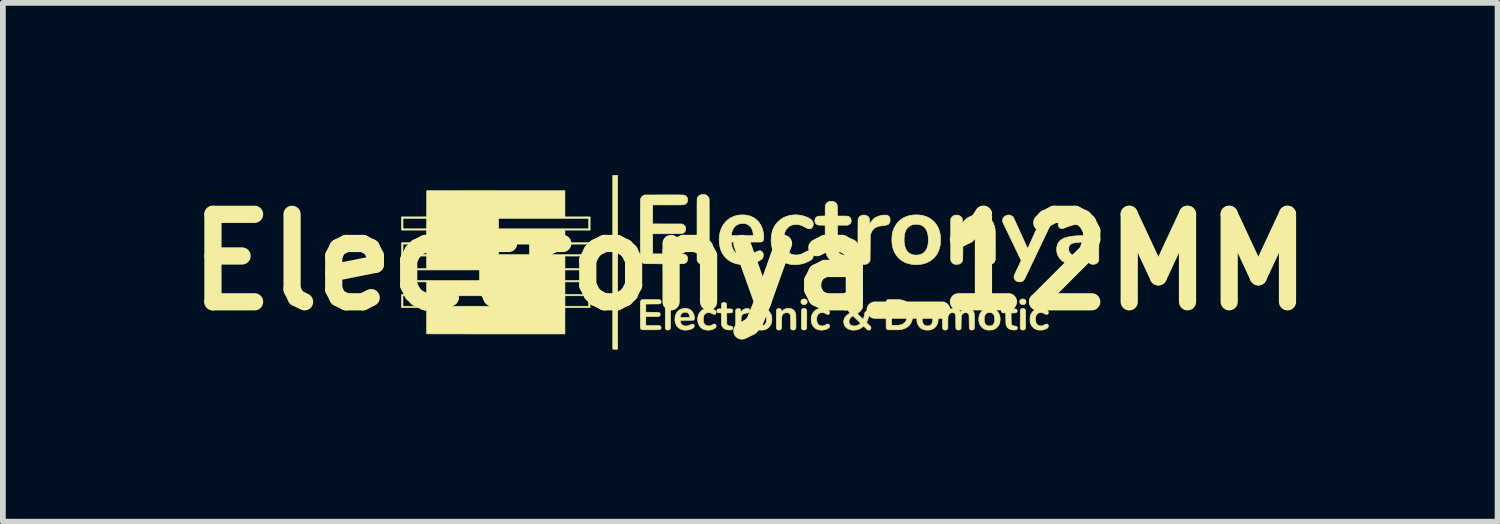
<source format=kicad_pcb>
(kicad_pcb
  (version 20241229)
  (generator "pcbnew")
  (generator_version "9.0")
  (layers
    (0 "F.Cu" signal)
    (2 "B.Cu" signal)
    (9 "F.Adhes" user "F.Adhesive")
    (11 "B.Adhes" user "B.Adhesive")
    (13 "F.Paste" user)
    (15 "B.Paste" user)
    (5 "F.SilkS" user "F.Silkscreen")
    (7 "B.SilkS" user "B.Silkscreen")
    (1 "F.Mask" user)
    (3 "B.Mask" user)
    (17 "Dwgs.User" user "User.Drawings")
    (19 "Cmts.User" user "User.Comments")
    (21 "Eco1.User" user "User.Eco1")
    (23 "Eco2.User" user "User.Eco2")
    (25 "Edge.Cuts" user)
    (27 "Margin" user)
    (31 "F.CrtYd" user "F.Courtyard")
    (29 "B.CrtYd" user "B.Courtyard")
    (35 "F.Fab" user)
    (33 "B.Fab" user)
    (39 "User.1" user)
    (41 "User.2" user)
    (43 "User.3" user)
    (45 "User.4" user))
  (footprint "Electronya_12MM"
    (layer "F.Cu")
    (at 10.022 1.519)
    (property "Reference" "Electronya_12MM" (at 0 0 0) (layer "F.SilkS") (effects (font (size 1.524 1.524) (thickness 0.3))))
    (attr through_hole)
    (fp_poly (pts (xy -2.309 1.516) (xy -2.395 1.516) (xy -2.395 -1.514) (xy -2.309 -1.514) (xy -2.309 1.516)) (stroke (width 0.01) (type solid)) (fill yes) (layer "F.SilkS"))
    (fp_poly (pts (xy 0.956 0.642) (xy 0.97 0.648) (xy 0.982 0.657) (xy 0.989 0.669) (xy 0.993 0.684) (xy 0.993 0.695) (xy 0.989 0.71) (xy 0.982 0.722) (xy 0.971 0.731) (xy 0.956 0.736) (xy 0.941 0.738) (xy 0.931 0.738) (xy 0.922 0.737) (xy 0.916 0.736) (xy 0.902 0.729) (xy 0.891 0.718) (xy 0.885 0.704) (xy 0.883 0.688) (xy 0.886 0.672) (xy 0.892 0.659) (xy 0.902 0.65) (xy 0.915 0.643) (xy 0.932 0.64) (xy 0.938 0.64) (xy 0.956 0.642)) (stroke (width 0.01) (type solid)) (fill yes) (layer "F.SilkS"))
    (fp_poly (pts (xy 4.767 0.642) (xy 4.782 0.648) (xy 4.794 0.657) (xy 4.802 0.668) (xy 4.803 0.671) (xy 4.805 0.682) (xy 4.805 0.695) (xy 4.803 0.706) (xy 4.802 0.709) (xy 4.796 0.719) (xy 4.787 0.728) (xy 4.776 0.734) (xy 4.771 0.736) (xy 4.758 0.738) (xy 4.744 0.739) (xy 4.731 0.737) (xy 4.727 0.736) (xy 4.715 0.73) (xy 4.706 0.72) (xy 4.699 0.707) (xy 4.695 0.694) (xy 4.695 0.681) (xy 4.7 0.666) (xy 4.709 0.654) (xy 4.721 0.646) (xy 4.737 0.641) (xy 4.75 0.64) (xy 4.767 0.642)) (stroke (width 0.01) (type solid)) (fill yes) (layer "F.SilkS"))
    (fp_poly (pts (xy -1.42 0.65) (xy -1.408 0.655) (xy -1.398 0.664) (xy -1.391 0.675) (xy -1.39 0.68) (xy -1.389 0.684) (xy -1.389 0.693) (xy -1.388 0.706) (xy -1.388 0.723) (xy -1.388 0.743) (xy -1.388 0.766) (xy -1.387 0.791) (xy -1.387 0.818) (xy -1.387 0.847) (xy -1.387 0.877) (xy -1.387 0.907) (xy -1.387 0.937) (xy -1.387 0.967) (xy -1.387 0.997) (xy -1.387 1.025) (xy -1.387 1.051) (xy -1.387 1.075) (xy -1.388 1.097) (xy -1.388 1.115) (xy -1.388 1.13) (xy -1.389 1.141) (xy -1.389 1.148) (xy -1.389 1.149) (xy -1.395 1.162) (xy -1.403 1.172) (xy -1.41 1.176) (xy -1.426 1.181) (xy -1.442 1.182) (xy -1.451 1.18) (xy -1.464 1.174) (xy -1.474 1.166) (xy -1.478 1.156) (xy -1.479 1.151) (xy -1.479 1.142) (xy -1.48 1.127) (xy -1.48 1.108) (xy -1.48 1.083) (xy -1.48 1.053) (xy -1.48 1.019) (xy -1.48 0.979) (xy -1.48 0.934) (xy -1.48 0.909) (xy -1.48 0.671) (xy -1.471 0.662) (xy -1.46 0.653) (xy -1.447 0.649) (xy -1.433 0.648) (xy -1.42 0.65)) (stroke (width 0.01) (type solid)) (fill yes) (layer "F.SilkS"))
    (fp_poly (pts (xy 0.947 0.806) (xy 0.96 0.81) (xy 0.971 0.817) (xy 0.979 0.827) (xy 0.98 0.828) (xy 0.986 0.839) (xy 0.986 0.994) (xy 0.985 1.031) (xy 0.985 1.064) (xy 0.985 1.092) (xy 0.985 1.115) (xy 0.984 1.132) (xy 0.984 1.145) (xy 0.983 1.153) (xy 0.983 1.155) (xy 0.976 1.167) (xy 0.965 1.175) (xy 0.952 1.181) (xy 0.937 1.182) (xy 0.927 1.181) (xy 0.913 1.177) (xy 0.903 1.169) (xy 0.897 1.16) (xy 0.896 1.158) (xy 0.895 1.155) (xy 0.894 1.152) (xy 0.893 1.148) (xy 0.893 1.143) (xy 0.892 1.137) (xy 0.892 1.128) (xy 0.892 1.116) (xy 0.892 1.102) (xy 0.892 1.085) (xy 0.892 1.064) (xy 0.892 1.039) (xy 0.892 1.009) (xy 0.892 0.99) (xy 0.892 0.958) (xy 0.892 0.93) (xy 0.893 0.907) (xy 0.893 0.887) (xy 0.893 0.871) (xy 0.893 0.858) (xy 0.894 0.848) (xy 0.894 0.841) (xy 0.894 0.835) (xy 0.895 0.831) (xy 0.896 0.828) (xy 0.897 0.826) (xy 0.898 0.824) (xy 0.898 0.824) (xy 0.908 0.814) (xy 0.92 0.808) (xy 0.933 0.805) (xy 0.947 0.806)) (stroke (width 0.01) (type solid)) (fill yes) (layer "F.SilkS"))
    (fp_poly (pts (xy 4.76 0.806) (xy 4.773 0.81) (xy 4.784 0.817) (xy 4.792 0.827) (xy 4.792 0.828) (xy 4.798 0.839) (xy 4.798 0.992) (xy 4.798 1.023) (xy 4.798 1.052) (xy 4.798 1.078) (xy 4.797 1.101) (xy 4.797 1.12) (xy 4.797 1.135) (xy 4.796 1.146) (xy 4.796 1.152) (xy 4.796 1.153) (xy 4.79 1.165) (xy 4.78 1.174) (xy 4.768 1.18) (xy 4.753 1.182) (xy 4.74 1.181) (xy 4.726 1.177) (xy 4.715 1.169) (xy 4.709 1.159) (xy 4.708 1.157) (xy 4.707 1.154) (xy 4.706 1.151) (xy 4.706 1.147) (xy 4.705 1.141) (xy 4.705 1.133) (xy 4.705 1.123) (xy 4.704 1.11) (xy 4.704 1.094) (xy 4.704 1.075) (xy 4.704 1.052) (xy 4.705 1.025) (xy 4.705 0.993) (xy 4.705 0.99) (xy 4.705 0.957) (xy 4.705 0.93) (xy 4.705 0.906) (xy 4.705 0.887) (xy 4.705 0.871) (xy 4.706 0.858) (xy 4.706 0.848) (xy 4.706 0.841) (xy 4.707 0.835) (xy 4.708 0.831) (xy 4.708 0.828) (xy 4.709 0.826) (xy 4.71 0.824) (xy 4.711 0.824) (xy 4.72 0.814) (xy 4.732 0.808) (xy 4.746 0.805) (xy 4.76 0.806)) (stroke (width 0.01) (type solid)) (fill yes) (layer "F.SilkS"))
    (fp_poly (pts (xy -0.797 -1.179) (xy -0.775 -1.173) (xy -0.756 -1.163) (xy -0.74 -1.15) (xy -0.728 -1.134) (xy -0.719 -1.115) (xy -0.716 -1.104) (xy -0.716 -1.1) (xy -0.716 -1.094) (xy -0.715 -1.085) (xy -0.715 -1.072) (xy -0.715 -1.056) (xy -0.715 -1.037) (xy -0.715 -1.014) (xy -0.714 -0.987) (xy -0.714 -0.957) (xy -0.714 -0.922) (xy -0.714 -0.884) (xy -0.714 -0.841) (xy -0.714 -0.794) (xy -0.714 -0.742) (xy -0.714 -0.685) (xy -0.714 -0.624) (xy -0.714 -0.563) (xy -0.715 -0.037) (xy -0.721 -0.022) (xy -0.729 -0.007) (xy -0.741 0.008) (xy -0.755 0.02) (xy -0.77 0.029) (xy -0.774 0.03) (xy -0.786 0.034) (xy -0.802 0.036) (xy -0.82 0.038) (xy -0.837 0.037) (xy -0.852 0.036) (xy -0.858 0.034) (xy -0.867 0.031) (xy -0.876 0.028) (xy -0.879 0.026) (xy -0.892 0.018) (xy -0.904 0.006) (xy -0.914 -0.007) (xy -0.919 -0.016) (xy -0.926 -0.032) (xy -0.927 -0.566) (xy -0.927 -0.628) (xy -0.927 -0.684) (xy -0.927 -0.736) (xy -0.927 -0.783) (xy -0.927 -0.826) (xy -0.927 -0.866) (xy -0.927 -0.901) (xy -0.927 -0.932) (xy -0.927 -0.961) (xy -0.927 -0.986) (xy -0.927 -1.008) (xy -0.926 -1.027) (xy -0.926 -1.043) (xy -0.926 -1.058) (xy -0.926 -1.07) (xy -0.926 -1.08) (xy -0.926 -1.088) (xy -0.925 -1.095) (xy -0.925 -1.101) (xy -0.925 -1.105) (xy -0.924 -1.109) (xy -0.924 -1.112) (xy -0.923 -1.114) (xy -0.923 -1.116) (xy -0.922 -1.118) (xy -0.914 -1.136) (xy -0.902 -1.152) (xy -0.886 -1.164) (xy -0.867 -1.173) (xy -0.846 -1.179) (xy -0.822 -1.181) (xy -0.797 -1.179)) (stroke (width 0.01) (type solid)) (fill yes) (layer "F.SilkS"))
    (fp_poly (pts (xy -0.032 0.807) (xy -0.02 0.812) (xy -0.013 0.821) (xy -0.008 0.833) (xy -0.008 0.843) (xy -0.009 0.856) (xy -0.013 0.866) (xy -0.019 0.874) (xy -0.03 0.88) (xy -0.044 0.884) (xy -0.061 0.886) (xy -0.084 0.89) (xy -0.102 0.894) (xy -0.117 0.9) (xy -0.128 0.908) (xy -0.137 0.916) (xy -0.142 0.922) (xy -0.147 0.929) (xy -0.15 0.936) (xy -0.153 0.945) (xy -0.155 0.956) (xy -0.157 0.968) (xy -0.158 0.984) (xy -0.159 1.002) (xy -0.16 1.025) (xy -0.16 1.052) (xy -0.16 1.068) (xy -0.16 1.091) (xy -0.16 1.11) (xy -0.16 1.124) (xy -0.161 1.136) (xy -0.161 1.144) (xy -0.162 1.15) (xy -0.162 1.155) (xy -0.163 1.158) (xy -0.165 1.161) (xy -0.165 1.161) (xy -0.172 1.17) (xy -0.184 1.177) (xy -0.197 1.181) (xy -0.212 1.182) (xy -0.219 1.181) (xy -0.233 1.176) (xy -0.243 1.167) (xy -0.248 1.161) (xy -0.249 1.159) (xy -0.25 1.156) (xy -0.25 1.154) (xy -0.251 1.15) (xy -0.251 1.144) (xy -0.252 1.137) (xy -0.252 1.128) (xy -0.252 1.116) (xy -0.253 1.101) (xy -0.253 1.082) (xy -0.253 1.06) (xy -0.253 1.034) (xy -0.253 1.003) (xy -0.253 0.834) (xy -0.247 0.825) (xy -0.238 0.815) (xy -0.227 0.809) (xy -0.214 0.806) (xy -0.201 0.806) (xy -0.188 0.809) (xy -0.177 0.816) (xy -0.169 0.825) (xy -0.168 0.826) (xy -0.166 0.833) (xy -0.164 0.843) (xy -0.163 0.853) (xy -0.162 0.871) (xy -0.152 0.856) (xy -0.138 0.839) (xy -0.12 0.825) (xy -0.099 0.815) (xy -0.076 0.808) (xy -0.051 0.805) (xy -0.047 0.805) (xy -0.032 0.807)) (stroke (width 0.01) (type solid)) (fill yes) (layer "F.SilkS"))
    (fp_poly (pts (xy 1.262 0.804) (xy 1.283 0.807) (xy 1.304 0.812) (xy 1.324 0.818) (xy 1.342 0.825) (xy 1.357 0.833) (xy 1.369 0.842) (xy 1.371 0.844) (xy 1.379 0.856) (xy 1.382 0.868) (xy 1.383 0.88) (xy 1.38 0.891) (xy 1.375 0.9) (xy 1.368 0.907) (xy 1.358 0.91) (xy 1.347 0.91) (xy 1.344 0.909) (xy 1.337 0.907) (xy 1.327 0.902) (xy 1.321 0.899) (xy 1.3 0.889) (xy 1.281 0.882) (xy 1.263 0.879) (xy 1.255 0.878) (xy 1.232 0.88) (xy 1.212 0.886) (xy 1.195 0.896) (xy 1.181 0.91) (xy 1.171 0.928) (xy 1.163 0.95) (xy 1.159 0.975) (xy 1.158 0.994) (xy 1.16 1.022) (xy 1.165 1.046) (xy 1.174 1.067) (xy 1.186 1.083) (xy 1.201 1.096) (xy 1.212 1.102) (xy 1.219 1.105) (xy 1.225 1.107) (xy 1.233 1.108) (xy 1.243 1.109) (xy 1.252 1.109) (xy 1.279 1.109) (xy 1.312 1.093) (xy 1.329 1.085) (xy 1.342 1.08) (xy 1.352 1.077) (xy 1.359 1.077) (xy 1.366 1.079) (xy 1.371 1.083) (xy 1.372 1.084) (xy 1.38 1.096) (xy 1.384 1.109) (xy 1.383 1.122) (xy 1.378 1.134) (xy 1.369 1.145) (xy 1.362 1.15) (xy 1.336 1.164) (xy 1.307 1.174) (xy 1.277 1.181) (xy 1.246 1.184) (xy 1.216 1.182) (xy 1.198 1.179) (xy 1.169 1.171) (xy 1.143 1.158) (xy 1.12 1.141) (xy 1.101 1.121) (xy 1.085 1.097) (xy 1.073 1.07) (xy 1.069 1.059) (xy 1.066 1.043) (xy 1.063 1.023) (xy 1.062 1.001) (xy 1.062 0.98) (xy 1.064 0.96) (xy 1.065 0.95) (xy 1.074 0.92) (xy 1.086 0.893) (xy 1.102 0.869) (xy 1.122 0.848) (xy 1.145 0.831) (xy 1.171 0.818) (xy 1.181 0.814) (xy 1.199 0.809) (xy 1.22 0.806) (xy 1.24 0.804) (xy 1.258 0.804) (xy 1.262 0.804)) (stroke (width 0.01) (type solid)) (fill yes) (layer "F.SilkS"))
    (fp_poly (pts (xy -0.442 0.703) (xy -0.432 0.705) (xy -0.428 0.708) (xy -0.422 0.712) (xy -0.417 0.717) (xy -0.414 0.722) (xy -0.412 0.729) (xy -0.411 0.738) (xy -0.41 0.75) (xy -0.409 0.766) (xy -0.409 0.77) (xy -0.409 0.813) (xy -0.371 0.813) (xy -0.353 0.813) (xy -0.339 0.814) (xy -0.329 0.815) (xy -0.322 0.817) (xy -0.316 0.821) (xy -0.311 0.826) (xy -0.31 0.827) (xy -0.306 0.835) (xy -0.305 0.846) (xy -0.306 0.858) (xy -0.309 0.866) (xy -0.312 0.872) (xy -0.317 0.876) (xy -0.323 0.879) (xy -0.332 0.881) (xy -0.344 0.882) (xy -0.359 0.883) (xy -0.369 0.883) (xy -0.409 0.884) (xy -0.408 0.98) (xy -0.408 1.076) (xy -0.401 1.088) (xy -0.394 1.096) (xy -0.386 1.103) (xy -0.376 1.107) (xy -0.362 1.11) (xy -0.347 1.112) (xy -0.33 1.115) (xy -0.317 1.119) (xy -0.309 1.125) (xy -0.304 1.133) (xy -0.301 1.144) (xy -0.301 1.147) (xy -0.303 1.159) (xy -0.308 1.168) (xy -0.317 1.175) (xy -0.33 1.179) (xy -0.347 1.181) (xy -0.357 1.181) (xy -0.37 1.18) (xy -0.384 1.179) (xy -0.396 1.178) (xy -0.4 1.177) (xy -0.426 1.171) (xy -0.447 1.161) (xy -0.466 1.147) (xy -0.48 1.13) (xy -0.492 1.11) (xy -0.495 1.102) (xy -0.502 1.083) (xy -0.502 0.984) (xy -0.503 0.884) (xy -0.53 0.883) (xy -0.549 0.882) (xy -0.562 0.879) (xy -0.572 0.874) (xy -0.578 0.867) (xy -0.581 0.857) (xy -0.581 0.844) (xy -0.579 0.833) (xy -0.575 0.825) (xy -0.568 0.819) (xy -0.557 0.815) (xy -0.543 0.813) (xy -0.527 0.813) (xy -0.503 0.813) (xy -0.502 0.77) (xy -0.502 0.753) (xy -0.501 0.74) (xy -0.5 0.73) (xy -0.498 0.723) (xy -0.495 0.718) (xy -0.491 0.713) (xy -0.486 0.709) (xy -0.484 0.708) (xy -0.477 0.704) (xy -0.466 0.702) (xy -0.454 0.702) (xy -0.442 0.703)) (stroke (width 0.01) (type solid)) (fill yes) (layer "F.SilkS"))
    (fp_poly (pts (xy -0.71 0.805) (xy -0.688 0.808) (xy -0.667 0.813) (xy -0.647 0.82) (xy -0.63 0.827) (xy -0.615 0.836) (xy -0.605 0.846) (xy -0.6 0.853) (xy -0.595 0.866) (xy -0.594 0.878) (xy -0.597 0.89) (xy -0.602 0.899) (xy -0.609 0.907) (xy -0.618 0.91) (xy -0.627 0.91) (xy -0.633 0.909) (xy -0.642 0.905) (xy -0.653 0.9) (xy -0.66 0.897) (xy -0.675 0.89) (xy -0.687 0.884) (xy -0.697 0.881) (xy -0.706 0.879) (xy -0.716 0.878) (xy -0.725 0.878) (xy -0.748 0.881) (xy -0.767 0.887) (xy -0.784 0.897) (xy -0.797 0.912) (xy -0.807 0.93) (xy -0.814 0.951) (xy -0.816 0.966) (xy -0.818 0.983) (xy -0.817 1.001) (xy -0.816 1.019) (xy -0.814 1.036) (xy -0.811 1.049) (xy -0.811 1.05) (xy -0.802 1.069) (xy -0.79 1.085) (xy -0.774 1.097) (xy -0.769 1.1) (xy -0.76 1.104) (xy -0.754 1.106) (xy -0.747 1.108) (xy -0.74 1.109) (xy -0.729 1.109) (xy -0.724 1.109) (xy -0.697 1.109) (xy -0.664 1.093) (xy -0.648 1.085) (xy -0.635 1.08) (xy -0.625 1.077) (xy -0.618 1.077) (xy -0.611 1.079) (xy -0.606 1.083) (xy -0.605 1.084) (xy -0.597 1.095) (xy -0.593 1.108) (xy -0.594 1.121) (xy -0.599 1.134) (xy -0.607 1.144) (xy -0.62 1.154) (xy -0.638 1.163) (xy -0.657 1.171) (xy -0.679 1.178) (xy -0.695 1.181) (xy -0.708 1.183) (xy -0.725 1.183) (xy -0.743 1.183) (xy -0.761 1.182) (xy -0.775 1.18) (xy -0.777 1.18) (xy -0.806 1.172) (xy -0.832 1.159) (xy -0.855 1.143) (xy -0.874 1.124) (xy -0.89 1.101) (xy -0.902 1.074) (xy -0.911 1.045) (xy -0.914 1.021) (xy -0.916 0.988) (xy -0.913 0.956) (xy -0.905 0.926) (xy -0.893 0.898) (xy -0.877 0.873) (xy -0.865 0.859) (xy -0.844 0.84) (xy -0.821 0.825) (xy -0.796 0.815) (xy -0.767 0.807) (xy -0.752 0.805) (xy -0.731 0.804) (xy -0.71 0.805)) (stroke (width 0.01) (type solid)) (fill yes) (layer "F.SilkS"))
    (fp_poly (pts (xy 4.189 0.805) (xy 4.217 0.809) (xy 4.243 0.816) (xy 4.26 0.823) (xy 4.285 0.838) (xy 4.306 0.857) (xy 4.324 0.879) (xy 4.338 0.905) (xy 4.348 0.934) (xy 4.349 0.937) (xy 4.352 0.953) (xy 4.354 0.973) (xy 4.355 0.995) (xy 4.354 1.016) (xy 4.352 1.036) (xy 4.349 1.05) (xy 4.339 1.08) (xy 4.325 1.106) (xy 4.307 1.129) (xy 4.286 1.148) (xy 4.262 1.163) (xy 4.235 1.175) (xy 4.225 1.178) (xy 4.214 1.18) (xy 4.198 1.181) (xy 4.181 1.182) (xy 4.163 1.183) (xy 4.146 1.182) (xy 4.132 1.181) (xy 4.125 1.18) (xy 4.096 1.172) (xy 4.07 1.16) (xy 4.047 1.143) (xy 4.031 1.129) (xy 4.013 1.106) (xy 3.999 1.081) (xy 3.99 1.053) (xy 3.984 1.023) (xy 3.983 0.995) (xy 4.077 0.995) (xy 4.079 1.023) (xy 4.084 1.047) (xy 4.092 1.068) (xy 4.104 1.085) (xy 4.119 1.098) (xy 4.138 1.107) (xy 4.14 1.108) (xy 4.145 1.109) (xy 4.154 1.109) (xy 4.165 1.109) (xy 4.172 1.109) (xy 4.185 1.109) (xy 4.194 1.108) (xy 4.201 1.106) (xy 4.209 1.103) (xy 4.212 1.102) (xy 4.228 1.092) (xy 4.24 1.078) (xy 4.25 1.061) (xy 4.256 1.041) (xy 4.26 1.017) (xy 4.261 0.994) (xy 4.26 0.969) (xy 4.256 0.947) (xy 4.25 0.928) (xy 4.241 0.912) (xy 4.231 0.9) (xy 4.22 0.89) (xy 4.208 0.883) (xy 4.194 0.879) (xy 4.177 0.878) (xy 4.169 0.878) (xy 4.157 0.878) (xy 4.148 0.878) (xy 4.141 0.88) (xy 4.134 0.883) (xy 4.13 0.884) (xy 4.113 0.895) (xy 4.099 0.909) (xy 4.089 0.927) (xy 4.081 0.949) (xy 4.078 0.975) (xy 4.077 0.995) (xy 3.983 0.995) (xy 3.983 0.989) (xy 3.983 0.981) (xy 3.986 0.955) (xy 3.991 0.932) (xy 3.998 0.91) (xy 4.006 0.893) (xy 4.021 0.871) (xy 4.039 0.851) (xy 4.06 0.834) (xy 4.084 0.82) (xy 4.107 0.812) (xy 4.133 0.806) (xy 4.161 0.804) (xy 4.189 0.805)) (stroke (width 0.01) (type solid)) (fill yes) (layer "F.SilkS"))
    (fp_poly (pts (xy 5.091 0.806) (xy 5.121 0.813) (xy 5.151 0.824) (xy 5.157 0.827) (xy 5.173 0.836) (xy 5.183 0.845) (xy 5.19 0.854) (xy 5.194 0.865) (xy 5.194 0.874) (xy 5.193 0.888) (xy 5.189 0.899) (xy 5.181 0.906) (xy 5.177 0.908) (xy 5.171 0.91) (xy 5.165 0.911) (xy 5.158 0.91) (xy 5.149 0.906) (xy 5.136 0.901) (xy 5.128 0.897) (xy 5.113 0.889) (xy 5.102 0.884) (xy 5.092 0.881) (xy 5.083 0.879) (xy 5.073 0.878) (xy 5.066 0.878) (xy 5.043 0.88) (xy 5.023 0.886) (xy 5.007 0.897) (xy 4.993 0.911) (xy 4.983 0.928) (xy 4.975 0.95) (xy 4.972 0.975) (xy 4.971 0.994) (xy 4.972 1.022) (xy 4.977 1.045) (xy 4.985 1.065) (xy 4.997 1.082) (xy 5.012 1.095) (xy 5.026 1.103) (xy 5.033 1.106) (xy 5.04 1.107) (xy 5.049 1.108) (xy 5.061 1.109) (xy 5.065 1.109) (xy 5.092 1.109) (xy 5.124 1.093) (xy 5.141 1.085) (xy 5.154 1.08) (xy 5.164 1.077) (xy 5.172 1.077) (xy 5.178 1.079) (xy 5.184 1.083) (xy 5.186 1.086) (xy 5.193 1.097) (xy 5.196 1.11) (xy 5.195 1.124) (xy 5.188 1.136) (xy 5.181 1.144) (xy 5.17 1.153) (xy 5.155 1.161) (xy 5.137 1.169) (xy 5.119 1.175) (xy 5.104 1.179) (xy 5.084 1.182) (xy 5.062 1.183) (xy 5.04 1.183) (xy 5.019 1.181) (xy 5.011 1.18) (xy 4.982 1.171) (xy 4.956 1.158) (xy 4.933 1.142) (xy 4.914 1.121) (xy 4.898 1.097) (xy 4.885 1.069) (xy 4.881 1.059) (xy 4.879 1.051) (xy 4.878 1.044) (xy 4.877 1.036) (xy 4.876 1.027) (xy 4.876 1.014) (xy 4.876 0.998) (xy 4.876 0.997) (xy 4.876 0.976) (xy 4.877 0.96) (xy 4.878 0.946) (xy 4.881 0.933) (xy 4.885 0.921) (xy 4.891 0.907) (xy 4.895 0.899) (xy 4.907 0.88) (xy 4.922 0.861) (xy 4.939 0.845) (xy 4.958 0.831) (xy 4.968 0.825) (xy 4.997 0.813) (xy 5.028 0.806) (xy 5.059 0.804) (xy 5.091 0.806)) (stroke (width 0.01) (type solid)) (fill yes) (layer "F.SilkS"))
    (fp_poly (pts (xy 0.196 0.804) (xy 0.228 0.807) (xy 0.256 0.813) (xy 0.283 0.823) (xy 0.306 0.837) (xy 0.327 0.855) (xy 0.345 0.877) (xy 0.359 0.902) (xy 0.37 0.929) (xy 0.376 0.96) (xy 0.378 0.993) (xy 0.378 1.003) (xy 0.375 1.034) (xy 0.369 1.061) (xy 0.36 1.085) (xy 0.347 1.107) (xy 0.33 1.128) (xy 0.326 1.132) (xy 0.315 1.143) (xy 0.306 1.151) (xy 0.296 1.157) (xy 0.284 1.163) (xy 0.284 1.163) (xy 0.273 1.169) (xy 0.261 1.173) (xy 0.251 1.177) (xy 0.249 1.178) (xy 0.238 1.18) (xy 0.224 1.181) (xy 0.207 1.182) (xy 0.19 1.183) (xy 0.173 1.182) (xy 0.158 1.182) (xy 0.147 1.18) (xy 0.118 1.172) (xy 0.091 1.159) (xy 0.068 1.143) (xy 0.048 1.122) (xy 0.032 1.099) (xy 0.028 1.092) (xy 0.02 1.076) (xy 0.014 1.06) (xy 0.01 1.044) (xy 0.008 1.027) (xy 0.007 1.007) (xy 0.007 0.993) (xy 0.007 0.99) (xy 0.099 0.99) (xy 0.1 1.008) (xy 0.104 1.034) (xy 0.11 1.057) (xy 0.119 1.075) (xy 0.132 1.09) (xy 0.148 1.101) (xy 0.157 1.105) (xy 0.17 1.108) (xy 0.186 1.11) (xy 0.202 1.11) (xy 0.218 1.107) (xy 0.227 1.105) (xy 0.244 1.096) (xy 0.258 1.084) (xy 0.269 1.068) (xy 0.277 1.049) (xy 0.282 1.026) (xy 0.284 1.003) (xy 0.283 0.974) (xy 0.28 0.949) (xy 0.272 0.927) (xy 0.262 0.908) (xy 0.248 0.894) (xy 0.232 0.884) (xy 0.226 0.881) (xy 0.219 0.879) (xy 0.211 0.878) (xy 0.201 0.878) (xy 0.193 0.878) (xy 0.175 0.878) (xy 0.16 0.881) (xy 0.148 0.886) (xy 0.137 0.894) (xy 0.127 0.903) (xy 0.115 0.92) (xy 0.107 0.94) (xy 0.101 0.964) (xy 0.099 0.99) (xy 0.007 0.99) (xy 0.007 0.977) (xy 0.007 0.965) (xy 0.008 0.956) (xy 0.009 0.948) (xy 0.011 0.94) (xy 0.014 0.931) (xy 0.025 0.902) (xy 0.039 0.876) (xy 0.057 0.854) (xy 0.079 0.836) (xy 0.103 0.822) (xy 0.131 0.812) (xy 0.161 0.806) (xy 0.194 0.804) (xy 0.196 0.804)) (stroke (width 0.01) (type solid)) (fill yes) (layer "F.SilkS"))
    (fp_poly (pts (xy 3.119 0.806) (xy 3.146 0.811) (xy 3.17 0.818) (xy 3.192 0.83) (xy 3.212 0.845) (xy 3.222 0.855) (xy 3.241 0.877) (xy 3.256 0.901) (xy 3.266 0.928) (xy 3.272 0.958) (xy 3.275 0.99) (xy 3.274 1.016) (xy 3.269 1.048) (xy 3.26 1.076) (xy 3.247 1.102) (xy 3.231 1.125) (xy 3.211 1.144) (xy 3.187 1.16) (xy 3.16 1.172) (xy 3.134 1.18) (xy 3.117 1.182) (xy 3.097 1.183) (xy 3.077 1.183) (xy 3.057 1.182) (xy 3.042 1.179) (xy 3.013 1.171) (xy 2.987 1.158) (xy 2.964 1.142) (xy 2.944 1.122) (xy 2.928 1.099) (xy 2.925 1.092) (xy 2.918 1.077) (xy 2.912 1.063) (xy 2.909 1.05) (xy 2.906 1.035) (xy 2.905 1.019) (xy 2.905 0.998) (xy 2.904 0.994) (xy 2.905 0.993) (xy 2.997 0.993) (xy 2.998 1.02) (xy 3.002 1.042) (xy 3.008 1.061) (xy 3.018 1.077) (xy 3.03 1.091) (xy 3.036 1.096) (xy 3.046 1.102) (xy 3.057 1.106) (xy 3.07 1.109) (xy 3.086 1.109) (xy 3.092 1.109) (xy 3.106 1.109) (xy 3.116 1.107) (xy 3.123 1.105) (xy 3.13 1.103) (xy 3.146 1.092) (xy 3.159 1.077) (xy 3.168 1.063) (xy 3.173 1.05) (xy 3.177 1.037) (xy 3.179 1.022) (xy 3.18 1.004) (xy 3.18 0.992) (xy 3.179 0.965) (xy 3.174 0.941) (xy 3.167 0.922) (xy 3.157 0.905) (xy 3.143 0.893) (xy 3.13 0.885) (xy 3.123 0.881) (xy 3.116 0.879) (xy 3.109 0.878) (xy 3.1 0.878) (xy 3.089 0.878) (xy 3.076 0.878) (xy 3.067 0.878) (xy 3.06 0.88) (xy 3.053 0.882) (xy 3.048 0.885) (xy 3.031 0.895) (xy 3.018 0.909) (xy 3.008 0.926) (xy 3.002 0.947) (xy 2.998 0.972) (xy 2.997 0.993) (xy 2.905 0.993) (xy 2.905 0.974) (xy 2.906 0.957) (xy 2.907 0.943) (xy 2.91 0.931) (xy 2.914 0.918) (xy 2.92 0.905) (xy 2.924 0.897) (xy 2.936 0.876) (xy 2.952 0.857) (xy 2.97 0.841) (xy 2.989 0.828) (xy 2.995 0.825) (xy 3.014 0.816) (xy 3.033 0.81) (xy 3.052 0.807) (xy 3.074 0.805) (xy 3.089 0.805) (xy 3.119 0.806)) (stroke (width 0.01) (type solid)) (fill yes) (layer "F.SilkS"))
    (fp_poly (pts (xy 4.512 0.702) (xy 4.521 0.704) (xy 4.528 0.707) (xy 4.534 0.712) (xy 4.539 0.716) (xy 4.542 0.722) (xy 4.545 0.73) (xy 4.546 0.741) (xy 4.546 0.755) (xy 4.547 0.772) (xy 4.547 0.813) (xy 4.585 0.813) (xy 4.601 0.813) (xy 4.612 0.813) (xy 4.62 0.814) (xy 4.626 0.815) (xy 4.631 0.817) (xy 4.634 0.818) (xy 4.644 0.825) (xy 4.65 0.835) (xy 4.653 0.846) (xy 4.652 0.857) (xy 4.647 0.868) (xy 4.638 0.876) (xy 4.634 0.879) (xy 4.629 0.88) (xy 4.621 0.882) (xy 4.61 0.883) (xy 4.594 0.883) (xy 4.586 0.884) (xy 4.546 0.884) (xy 4.547 0.977) (xy 4.547 1.002) (xy 4.548 1.022) (xy 4.548 1.038) (xy 4.548 1.051) (xy 4.549 1.06) (xy 4.549 1.068) (xy 4.55 1.073) (xy 4.551 1.077) (xy 4.552 1.08) (xy 4.552 1.081) (xy 4.559 1.092) (xy 4.567 1.1) (xy 4.578 1.106) (xy 4.592 1.11) (xy 4.606 1.111) (xy 4.625 1.114) (xy 4.639 1.119) (xy 4.648 1.125) (xy 4.654 1.134) (xy 4.655 1.146) (xy 4.655 1.15) (xy 4.651 1.162) (xy 4.643 1.172) (xy 4.634 1.178) (xy 4.627 1.179) (xy 4.617 1.18) (xy 4.604 1.181) (xy 4.59 1.181) (xy 4.576 1.18) (xy 4.563 1.179) (xy 4.563 1.179) (xy 4.537 1.172) (xy 4.514 1.163) (xy 4.494 1.15) (xy 4.478 1.133) (xy 4.466 1.113) (xy 4.458 1.09) (xy 4.458 1.088) (xy 4.457 1.082) (xy 4.456 1.07) (xy 4.455 1.054) (xy 4.454 1.033) (xy 4.454 1.008) (xy 4.453 0.98) (xy 4.452 0.884) (xy 4.426 0.883) (xy 4.411 0.882) (xy 4.399 0.881) (xy 4.391 0.877) (xy 4.385 0.873) (xy 4.38 0.868) (xy 4.377 0.86) (xy 4.375 0.85) (xy 4.375 0.848) (xy 4.377 0.835) (xy 4.381 0.826) (xy 4.389 0.82) (xy 4.4 0.815) (xy 4.415 0.813) (xy 4.428 0.813) (xy 4.452 0.813) (xy 4.453 0.771) (xy 4.453 0.756) (xy 4.454 0.745) (xy 4.454 0.736) (xy 4.455 0.731) (xy 4.457 0.726) (xy 4.459 0.723) (xy 4.461 0.72) (xy 4.469 0.71) (xy 4.48 0.704) (xy 4.494 0.701) (xy 4.501 0.701) (xy 4.512 0.702)) (stroke (width 0.01) (type solid)) (fill yes) (layer "F.SilkS"))
    (fp_poly (pts (xy -1.106 0.806) (xy -1.082 0.811) (xy -1.06 0.819) (xy -1.04 0.832) (xy -1.021 0.848) (xy -1.004 0.867) (xy -0.992 0.887) (xy -0.982 0.91) (xy -0.978 0.925) (xy -0.975 0.939) (xy -0.973 0.954) (xy -0.972 0.969) (xy -0.972 0.982) (xy -0.974 0.993) (xy -0.975 0.997) (xy -0.976 1) (xy -0.978 1.003) (xy -0.98 1.006) (xy -0.983 1.008) (xy -0.987 1.009) (xy -0.994 1.01) (xy -1.002 1.011) (xy -1.013 1.012) (xy -1.028 1.012) (xy -1.046 1.012) (xy -1.068 1.013) (xy -1.094 1.013) (xy -1.105 1.013) (xy -1.22 1.014) (xy -1.218 1.026) (xy -1.213 1.048) (xy -1.205 1.068) (xy -1.194 1.084) (xy -1.179 1.096) (xy -1.174 1.099) (xy -1.154 1.108) (xy -1.131 1.111) (xy -1.107 1.111) (xy -1.081 1.106) (xy -1.053 1.096) (xy -1.037 1.09) (xy -1.027 1.085) (xy -1.017 1.081) (xy -1.01 1.079) (xy -1.008 1.078) (xy -0.998 1.078) (xy -0.988 1.082) (xy -0.981 1.09) (xy -0.976 1.101) (xy -0.975 1.111) (xy -0.977 1.124) (xy -0.982 1.135) (xy -0.992 1.145) (xy -1.006 1.154) (xy -1.012 1.158) (xy -1.044 1.17) (xy -1.077 1.179) (xy -1.111 1.183) (xy -1.144 1.183) (xy -1.173 1.179) (xy -1.203 1.17) (xy -1.229 1.158) (xy -1.252 1.141) (xy -1.271 1.121) (xy -1.287 1.098) (xy -1.299 1.071) (xy -1.308 1.042) (xy -1.311 1.021) (xy -1.312 0.997) (xy -1.311 0.972) (xy -1.31 0.963) (xy -1.219 0.963) (xy -1.051 0.963) (xy -1.053 0.949) (xy -1.058 0.926) (xy -1.066 0.907) (xy -1.076 0.892) (xy -1.09 0.881) (xy -1.102 0.875) (xy -1.114 0.873) (xy -1.128 0.871) (xy -1.143 0.872) (xy -1.156 0.873) (xy -1.164 0.875) (xy -1.176 0.881) (xy -1.188 0.89) (xy -1.199 0.901) (xy -1.206 0.913) (xy -1.207 0.913) (xy -1.211 0.924) (xy -1.215 0.935) (xy -1.218 0.947) (xy -1.219 0.956) (xy -1.219 0.957) (xy -1.219 0.963) (xy -1.31 0.963) (xy -1.308 0.948) (xy -1.304 0.93) (xy -1.295 0.906) (xy -1.283 0.883) (xy -1.268 0.862) (xy -1.251 0.845) (xy -1.243 0.839) (xy -1.221 0.824) (xy -1.196 0.814) (xy -1.17 0.807) (xy -1.141 0.804) (xy -1.134 0.804) (xy -1.106 0.806)) (stroke (width 0.01) (type solid)) (fill yes) (layer "F.SilkS"))
    (fp_poly (pts (xy -3.228 -0.79) (xy -2.789 -0.79) (xy -2.789 -0.559) (xy -3.228 -0.559) (xy -3.228 -0.34) (xy -2.789 -0.34) (xy -2.79 -0.224) (xy -2.79 -0.108) (xy -3.228 -0.107) (xy -3.228 0.109) (xy -3.009 0.11) (xy -2.79 0.11) (xy -2.79 0.227) (xy -2.789 0.343) (xy -3.228 0.343) (xy -3.228 0.561) (xy -2.789 0.561) (xy -2.789 0.792) (xy -3.228 0.792) (xy -3.228 1.25) (xy -4.432 1.25) (xy -4.51 1.25) (xy -4.586 1.25) (xy -4.662 1.25) (xy -4.735 1.25) (xy -4.807 1.25) (xy -4.877 1.25) (xy -4.945 1.25) (xy -5.011 1.249) (xy -5.074 1.249) (xy -5.135 1.249) (xy -5.193 1.249) (xy -5.248 1.249) (xy -5.301 1.249) (xy -5.35 1.249) (xy -5.396 1.249) (xy -5.438 1.249) (xy -5.477 1.249) (xy -5.511 1.249) (xy -5.542 1.249) (xy -5.569 1.249) (xy -5.592 1.248) (xy -5.61 1.248) (xy -5.624 1.248) (xy -5.633 1.248) (xy -5.637 1.248) (xy -5.637 1.248) (xy -5.637 1.245) (xy -5.638 1.238) (xy -5.638 1.226) (xy -5.638 1.21) (xy -5.638 1.191) (xy -5.638 1.168) (xy -5.639 1.143) (xy -5.639 1.114) (xy -5.639 1.084) (xy -5.639 1.052) (xy -5.639 1.019) (xy -5.639 0.792) (xy -6.076 0.792) (xy -6.076 0.767) (xy -6.05 0.767) (xy -4.48 0.767) (xy -3.228 0.767) (xy -2.814 0.767) (xy -2.814 0.584) (xy -3.227 0.585) (xy -3.228 0.676) (xy -3.228 0.767) (xy -4.48 0.767) (xy -4.482 0.585) (xy -5.266 0.585) (xy -6.05 0.584) (xy -6.05 0.767) (xy -6.076 0.767) (xy -6.076 0.561) (xy -5.639 0.561) (xy -5.639 0.343) (xy -6.076 0.343) (xy -6.076 0.135) (xy -6.05 0.135) (xy -6.05 0.318) (xy -4.481 0.318) (xy -4.481 0.135) (xy -3.228 0.135) (xy -3.228 0.318) (xy -2.814 0.318) (xy -2.814 0.135) (xy -3.228 0.135) (xy -4.481 0.135) (xy -6.05 0.135) (xy -6.076 0.135) (xy -6.076 0.109) (xy -5.639 0.109) (xy -5.639 -0.107) (xy -6.076 -0.107) (xy -6.076 -0.315) (xy -6.05 -0.315) (xy -6.05 -0.132) (xy -5.639 -0.132) (xy -5.639 -0.315) (xy -4.384 -0.315) (xy -4.384 -0.132) (xy -2.814 -0.132) (xy -2.814 -0.315) (xy -4.384 -0.315) (xy -5.639 -0.315) (xy -6.05 -0.315) (xy -6.076 -0.315) (xy -6.076 -0.34) (xy -5.639 -0.34) (xy -5.639 -0.559) (xy -6.076 -0.559) (xy -6.076 -0.765) (xy -6.05 -0.765) (xy -6.05 -0.582) (xy -5.639 -0.582) (xy -5.639 -0.765) (xy -4.384 -0.765) (xy -4.384 -0.582) (xy -2.814 -0.582) (xy -2.814 -0.765) (xy -4.384 -0.765) (xy -5.639 -0.765) (xy -6.05 -0.765) (xy -6.076 -0.765) (xy -6.076 -0.79) (xy -5.857 -0.79) (xy -5.639 -0.79) (xy -5.638 -1.018) (xy -5.638 -1.246) (xy -3.228 -1.247) (xy -3.228 -0.79)) (stroke (width 0.01) (type solid)) (fill yes) (layer "F.SilkS"))
    (fp_poly (pts (xy 2.009 -0.819) (xy 2.029 -0.812) (xy 2.047 -0.802) (xy 2.061 -0.788) (xy 2.072 -0.771) (xy 2.072 -0.77) (xy 2.075 -0.765) (xy 2.076 -0.76) (xy 2.078 -0.754) (xy 2.079 -0.747) (xy 2.079 -0.737) (xy 2.08 -0.724) (xy 2.08 -0.709) (xy 2.082 -0.662) (xy 2.09 -0.678) (xy 2.105 -0.704) (xy 2.124 -0.728) (xy 2.145 -0.75) (xy 2.166 -0.768) (xy 2.169 -0.77) (xy 2.202 -0.789) (xy 2.237 -0.803) (xy 2.275 -0.814) (xy 2.315 -0.82) (xy 2.348 -0.821) (xy 2.362 -0.821) (xy 2.371 -0.821) (xy 2.378 -0.82) (xy 2.384 -0.819) (xy 2.39 -0.816) (xy 2.393 -0.815) (xy 2.407 -0.807) (xy 2.418 -0.798) (xy 2.427 -0.787) (xy 2.43 -0.78) (xy 2.433 -0.774) (xy 2.435 -0.768) (xy 2.436 -0.761) (xy 2.437 -0.753) (xy 2.437 -0.742) (xy 2.437 -0.735) (xy 2.437 -0.722) (xy 2.436 -0.712) (xy 2.435 -0.704) (xy 2.434 -0.698) (xy 2.431 -0.692) (xy 2.425 -0.68) (xy 2.417 -0.67) (xy 2.407 -0.661) (xy 2.395 -0.654) (xy 2.381 -0.649) (xy 2.363 -0.644) (xy 2.341 -0.64) (xy 2.314 -0.637) (xy 2.309 -0.636) (xy 2.28 -0.633) (xy 2.256 -0.629) (xy 2.235 -0.624) (xy 2.216 -0.619) (xy 2.208 -0.616) (xy 2.181 -0.602) (xy 2.158 -0.586) (xy 2.138 -0.566) (xy 2.121 -0.542) (xy 2.108 -0.514) (xy 2.098 -0.482) (xy 2.096 -0.476) (xy 2.096 -0.473) (xy 2.095 -0.468) (xy 2.094 -0.462) (xy 2.094 -0.455) (xy 2.093 -0.446) (xy 2.093 -0.435) (xy 2.093 -0.421) (xy 2.092 -0.404) (xy 2.092 -0.385) (xy 2.092 -0.361) (xy 2.091 -0.334) (xy 2.091 -0.303) (xy 2.091 -0.267) (xy 2.091 -0.245) (xy 2.089 -0.032) (xy 2.083 -0.018) (xy 2.072 -0.00006) (xy 2.059 0.014) (xy 2.043 0.025) (xy 2.023 0.033) (xy 2.022 0.033) (xy 2.008 0.036) (xy 1.992 0.038) (xy 1.975 0.038) (xy 1.959 0.037) (xy 1.948 0.034) (xy 1.927 0.026) (xy 1.909 0.015) (xy 1.896 -0.001) (xy 1.886 -0.019) (xy 1.88 -0.039) (xy 1.879 -0.044) (xy 1.879 -0.054) (xy 1.879 -0.067) (xy 1.878 -0.085) (xy 1.878 -0.107) (xy 1.878 -0.131) (xy 1.878 -0.159) (xy 1.877 -0.189) (xy 1.877 -0.221) (xy 1.877 -0.255) (xy 1.877 -0.29) (xy 1.877 -0.326) (xy 1.877 -0.363) (xy 1.877 -0.401) (xy 1.877 -0.438) (xy 1.877 -0.474) (xy 1.877 -0.51) (xy 1.877 -0.545) (xy 1.877 -0.578) (xy 1.878 -0.609) (xy 1.878 -0.638) (xy 1.878 -0.665) (xy 1.878 -0.688) (xy 1.879 -0.708) (xy 1.879 -0.724) (xy 1.879 -0.736) (xy 1.88 -0.743) (xy 1.88 -0.746) (xy 1.886 -0.766) (xy 1.896 -0.783) (xy 1.906 -0.795) (xy 1.923 -0.807) (xy 1.942 -0.816) (xy 1.964 -0.821) (xy 1.987 -0.822) (xy 2.009 -0.819)) (stroke (width 0.01) (type solid)) (fill yes) (layer "F.SilkS"))
    (fp_poly (pts (xy 2.946 -0.823) (xy 2.993 -0.817) (xy 3.037 -0.806) (xy 3.079 -0.791) (xy 3.118 -0.772) (xy 3.154 -0.748) (xy 3.188 -0.721) (xy 3.199 -0.71) (xy 3.22 -0.688) (xy 3.237 -0.666) (xy 3.253 -0.642) (xy 3.268 -0.616) (xy 3.27 -0.611) (xy 3.286 -0.574) (xy 3.299 -0.536) (xy 3.308 -0.497) (xy 3.314 -0.456) (xy 3.317 -0.411) (xy 3.317 -0.392) (xy 3.316 -0.354) (xy 3.313 -0.319) (xy 3.308 -0.286) (xy 3.3 -0.253) (xy 3.292 -0.225) (xy 3.275 -0.183) (xy 3.255 -0.144) (xy 3.23 -0.109) (xy 3.203 -0.076) (xy 3.171 -0.048) (xy 3.137 -0.023) (xy 3.099 -0.002) (xy 3.059 0.015) (xy 3.016 0.028) (xy 2.971 0.037) (xy 2.957 0.038) (xy 2.94 0.04) (xy 2.921 0.041) (xy 2.901 0.042) (xy 2.883 0.042) (xy 2.868 0.042) (xy 2.857 0.042) (xy 2.809 0.036) (xy 2.763 0.026) (xy 2.719 0.012) (xy 2.679 -0.006) (xy 2.642 -0.027) (xy 2.608 -0.053) (xy 2.577 -0.082) (xy 2.55 -0.115) (xy 2.526 -0.151) (xy 2.506 -0.191) (xy 2.492 -0.228) (xy 2.481 -0.267) (xy 2.473 -0.31) (xy 2.469 -0.354) (xy 2.468 -0.392) (xy 2.682 -0.392) (xy 2.683 -0.349) (xy 2.688 -0.309) (xy 2.696 -0.273) (xy 2.707 -0.241) (xy 2.721 -0.213) (xy 2.738 -0.188) (xy 2.759 -0.168) (xy 2.783 -0.151) (xy 2.81 -0.138) (xy 2.815 -0.135) (xy 2.835 -0.13) (xy 2.857 -0.126) (xy 2.882 -0.125) (xy 2.907 -0.125) (xy 2.931 -0.127) (xy 2.946 -0.129) (xy 2.975 -0.138) (xy 3.001 -0.15) (xy 3.025 -0.167) (xy 3.031 -0.172) (xy 3.05 -0.193) (xy 3.065 -0.215) (xy 3.078 -0.24) (xy 3.088 -0.269) (xy 3.095 -0.297) (xy 3.099 -0.318) (xy 3.102 -0.343) (xy 3.103 -0.369) (xy 3.104 -0.397) (xy 3.103 -0.423) (xy 3.101 -0.447) (xy 3.1 -0.456) (xy 3.093 -0.494) (xy 3.083 -0.529) (xy 3.07 -0.559) (xy 3.054 -0.586) (xy 3.034 -0.609) (xy 3.011 -0.628) (xy 2.986 -0.643) (xy 2.957 -0.653) (xy 2.955 -0.654) (xy 2.943 -0.656) (xy 2.928 -0.658) (xy 2.91 -0.659) (xy 2.892 -0.66) (xy 2.874 -0.66) (xy 2.859 -0.659) (xy 2.853 -0.658) (xy 2.823 -0.651) (xy 2.794 -0.639) (xy 2.769 -0.623) (xy 2.747 -0.604) (xy 2.729 -0.583) (xy 2.714 -0.559) (xy 2.703 -0.532) (xy 2.693 -0.503) (xy 2.687 -0.471) (xy 2.683 -0.434) (xy 2.682 -0.394) (xy 2.682 -0.392) (xy 2.468 -0.392) (xy 2.468 -0.399) (xy 2.47 -0.443) (xy 2.475 -0.487) (xy 2.478 -0.502) (xy 2.489 -0.546) (xy 2.504 -0.587) (xy 2.524 -0.626) (xy 2.547 -0.663) (xy 2.573 -0.696) (xy 2.603 -0.725) (xy 2.635 -0.752) (xy 2.671 -0.774) (xy 2.69 -0.783) (xy 2.731 -0.8) (xy 2.775 -0.812) (xy 2.822 -0.821) (xy 2.871 -0.825) (xy 2.897 -0.825) (xy 2.946 -0.823)) (stroke (width 0.01) (type solid)) (fill yes) (layer "F.SilkS"))
    (fp_poly (pts (xy 0.826 -0.824) (xy 0.86 -0.82) (xy 0.894 -0.814) (xy 0.928 -0.806) (xy 0.96 -0.795) (xy 0.991 -0.784) (xy 1.019 -0.77) (xy 1.043 -0.756) (xy 1.063 -0.741) (xy 1.066 -0.739) (xy 1.078 -0.724) (xy 1.089 -0.707) (xy 1.096 -0.689) (xy 1.098 -0.676) (xy 1.099 -0.656) (xy 1.095 -0.637) (xy 1.089 -0.619) (xy 1.079 -0.603) (xy 1.072 -0.596) (xy 1.061 -0.588) (xy 1.049 -0.583) (xy 1.034 -0.582) (xy 1.026 -0.582) (xy 1.016 -0.584) (xy 1.006 -0.586) (xy 0.994 -0.59) (xy 0.98 -0.597) (xy 0.964 -0.605) (xy 0.95 -0.613) (xy 0.922 -0.627) (xy 0.898 -0.638) (xy 0.876 -0.646) (xy 0.854 -0.652) (xy 0.833 -0.656) (xy 0.818 -0.657) (xy 0.786 -0.657) (xy 0.755 -0.653) (xy 0.726 -0.646) (xy 0.699 -0.635) (xy 0.689 -0.63) (xy 0.678 -0.622) (xy 0.665 -0.611) (xy 0.652 -0.598) (xy 0.64 -0.585) (xy 0.63 -0.573) (xy 0.625 -0.565) (xy 0.612 -0.542) (xy 0.603 -0.519) (xy 0.596 -0.494) (xy 0.59 -0.467) (xy 0.587 -0.438) (xy 0.586 -0.404) (xy 0.586 -0.391) (xy 0.586 -0.366) (xy 0.587 -0.346) (xy 0.589 -0.327) (xy 0.591 -0.31) (xy 0.595 -0.294) (xy 0.599 -0.277) (xy 0.611 -0.244) (xy 0.625 -0.216) (xy 0.644 -0.191) (xy 0.665 -0.17) (xy 0.69 -0.153) (xy 0.718 -0.14) (xy 0.749 -0.131) (xy 0.75 -0.131) (xy 0.766 -0.128) (xy 0.785 -0.127) (xy 0.805 -0.126) (xy 0.825 -0.127) (xy 0.843 -0.129) (xy 0.859 -0.132) (xy 0.859 -0.132) (xy 0.88 -0.138) (xy 0.904 -0.148) (xy 0.93 -0.161) (xy 0.953 -0.173) (xy 0.973 -0.184) (xy 0.991 -0.192) (xy 1.005 -0.198) (xy 1.018 -0.201) (xy 1.028 -0.202) (xy 1.043 -0.202) (xy 1.056 -0.199) (xy 1.068 -0.192) (xy 1.075 -0.186) (xy 1.085 -0.175) (xy 1.092 -0.162) (xy 1.097 -0.147) (xy 1.099 -0.128) (xy 1.099 -0.124) (xy 1.099 -0.104) (xy 1.095 -0.087) (xy 1.089 -0.071) (xy 1.081 -0.06) (xy 1.071 -0.05) (xy 1.058 -0.039) (xy 1.04 -0.028) (xy 1.02 -0.016) (xy 0.998 -0.005) (xy 0.974 0.005) (xy 0.95 0.015) (xy 0.926 0.022) (xy 0.906 0.028) (xy 0.877 0.033) (xy 0.846 0.038) (xy 0.815 0.041) (xy 0.783 0.042) (xy 0.754 0.042) (xy 0.735 0.041) (xy 0.688 0.034) (xy 0.643 0.023) (xy 0.601 0.008) (xy 0.561 -0.011) (xy 0.526 -0.033) (xy 0.493 -0.06) (xy 0.464 -0.09) (xy 0.438 -0.123) (xy 0.416 -0.16) (xy 0.397 -0.2) (xy 0.383 -0.244) (xy 0.375 -0.278) (xy 0.368 -0.323) (xy 0.364 -0.369) (xy 0.365 -0.416) (xy 0.369 -0.462) (xy 0.377 -0.506) (xy 0.388 -0.547) (xy 0.395 -0.568) (xy 0.414 -0.609) (xy 0.436 -0.647) (xy 0.462 -0.682) (xy 0.492 -0.714) (xy 0.525 -0.741) (xy 0.56 -0.765) (xy 0.599 -0.786) (xy 0.64 -0.802) (xy 0.684 -0.814) (xy 0.73 -0.822) (xy 0.779 -0.825) (xy 0.793 -0.826) (xy 0.826 -0.824)) (stroke (width 0.01) (type solid)) (fill yes) (layer "F.SilkS"))
    (fp_poly (pts (xy -1.57 0.658) (xy -1.56 0.666) (xy -1.554 0.677) (xy -1.552 0.69) (xy -1.555 0.703) (xy -1.557 0.709) (xy -1.56 0.713) (xy -1.562 0.717) (xy -1.565 0.719) (xy -1.569 0.722) (xy -1.573 0.724) (xy -1.58 0.725) (xy -1.589 0.726) (xy -1.6 0.727) (xy -1.615 0.728) (xy -1.632 0.728) (xy -1.654 0.728) (xy -1.68 0.728) (xy -1.7 0.728) (xy -1.819 0.729) (xy -1.819 0.871) (xy -1.708 0.872) (xy -1.681 0.872) (xy -1.659 0.872) (xy -1.641 0.872) (xy -1.626 0.873) (xy -1.615 0.873) (xy -1.606 0.873) (xy -1.6 0.874) (xy -1.595 0.875) (xy -1.592 0.875) (xy -1.589 0.877) (xy -1.586 0.878) (xy -1.576 0.886) (xy -1.57 0.896) (xy -1.568 0.91) (xy -1.568 0.914) (xy -1.57 0.925) (xy -1.574 0.932) (xy -1.575 0.934) (xy -1.578 0.937) (xy -1.581 0.94) (xy -1.584 0.942) (xy -1.589 0.943) (xy -1.595 0.945) (xy -1.602 0.946) (xy -1.612 0.946) (xy -1.625 0.947) (xy -1.641 0.947) (xy -1.661 0.947) (xy -1.685 0.947) (xy -1.708 0.947) (xy -1.819 0.947) (xy -1.819 1.102) (xy -1.7 1.102) (xy -1.672 1.102) (xy -1.649 1.102) (xy -1.63 1.103) (xy -1.614 1.103) (xy -1.602 1.103) (xy -1.593 1.103) (xy -1.586 1.104) (xy -1.581 1.104) (xy -1.577 1.105) (xy -1.574 1.106) (xy -1.572 1.107) (xy -1.562 1.115) (xy -1.555 1.125) (xy -1.553 1.137) (xy -1.554 1.151) (xy -1.559 1.163) (xy -1.568 1.171) (xy -1.57 1.172) (xy -1.572 1.173) (xy -1.574 1.174) (xy -1.577 1.175) (xy -1.581 1.176) (xy -1.586 1.176) (xy -1.594 1.177) (xy -1.603 1.177) (xy -1.616 1.177) (xy -1.631 1.177) (xy -1.65 1.177) (xy -1.673 1.178) (xy -1.7 1.178) (xy -1.727 1.178) (xy -1.76 1.178) (xy -1.787 1.178) (xy -1.811 1.178) (xy -1.83 1.178) (xy -1.846 1.178) (xy -1.859 1.177) (xy -1.868 1.177) (xy -1.876 1.177) (xy -1.881 1.176) (xy -1.885 1.175) (xy -1.885 1.175) (xy -1.898 1.169) (xy -1.907 1.159) (xy -1.91 1.154) (xy -1.91 1.153) (xy -1.911 1.15) (xy -1.912 1.147) (xy -1.912 1.142) (xy -1.913 1.135) (xy -1.913 1.126) (xy -1.913 1.115) (xy -1.914 1.101) (xy -1.914 1.084) (xy -1.914 1.064) (xy -1.914 1.04) (xy -1.914 1.012) (xy -1.914 0.98) (xy -1.915 0.943) (xy -1.915 0.931) (xy -1.915 0.898) (xy -1.915 0.866) (xy -1.915 0.835) (xy -1.915 0.807) (xy -1.915 0.781) (xy -1.915 0.757) (xy -1.915 0.737) (xy -1.914 0.72) (xy -1.914 0.708) (xy -1.914 0.699) (xy -1.914 0.697) (xy -1.911 0.681) (xy -1.906 0.67) (xy -1.899 0.661) (xy -1.892 0.657) (xy -1.89 0.656) (xy -1.888 0.655) (xy -1.885 0.654) (xy -1.881 0.653) (xy -1.876 0.653) (xy -1.869 0.652) (xy -1.86 0.652) (xy -1.848 0.652) (xy -1.833 0.652) (xy -1.814 0.652) (xy -1.792 0.652) (xy -1.766 0.652) (xy -1.734 0.652) (xy -1.581 0.652) (xy -1.57 0.658)) (stroke (width 0.01) (type solid)) (fill yes) (layer "F.SilkS"))
    (fp_poly (pts (xy 2.501 0.652) (xy 2.527 0.652) (xy 2.549 0.652) (xy 2.567 0.652) (xy 2.582 0.652) (xy 2.594 0.653) (xy 2.604 0.653) (xy 2.613 0.654) (xy 2.62 0.655) (xy 2.627 0.656) (xy 2.662 0.664) (xy 2.692 0.675) (xy 2.72 0.689) (xy 2.744 0.706) (xy 2.767 0.727) (xy 2.77 0.73) (xy 2.784 0.746) (xy 2.795 0.762) (xy 2.805 0.78) (xy 2.813 0.797) (xy 2.821 0.82) (xy 2.828 0.847) (xy 2.832 0.875) (xy 2.834 0.905) (xy 2.834 0.935) (xy 2.832 0.953) (xy 2.826 0.991) (xy 2.816 1.025) (xy 2.802 1.057) (xy 2.784 1.085) (xy 2.763 1.109) (xy 2.738 1.13) (xy 2.709 1.147) (xy 2.677 1.16) (xy 2.642 1.17) (xy 2.606 1.176) (xy 2.597 1.177) (xy 2.584 1.177) (xy 2.569 1.178) (xy 2.551 1.178) (xy 2.531 1.178) (xy 2.511 1.178) (xy 2.49 1.178) (xy 2.469 1.178) (xy 2.45 1.178) (xy 2.433 1.178) (xy 2.418 1.177) (xy 2.406 1.177) (xy 2.398 1.176) (xy 2.396 1.176) (xy 2.386 1.171) (xy 2.377 1.162) (xy 2.371 1.152) (xy 2.37 1.149) (xy 2.369 1.144) (xy 2.369 1.135) (xy 2.369 1.122) (xy 2.368 1.106) (xy 2.368 1.086) (xy 2.368 1.063) (xy 2.368 1.038) (xy 2.367 1.011) (xy 2.367 0.982) (xy 2.367 0.952) (xy 2.367 0.922) (xy 2.367 0.914) (xy 2.464 0.914) (xy 2.464 0.944) (xy 2.464 0.972) (xy 2.464 0.999) (xy 2.464 1.023) (xy 2.464 1.045) (xy 2.465 1.063) (xy 2.465 1.078) (xy 2.465 1.089) (xy 2.465 1.096) (xy 2.465 1.098) (xy 2.469 1.099) (xy 2.476 1.099) (xy 2.487 1.1) (xy 2.5 1.1) (xy 2.515 1.1) (xy 2.531 1.1) (xy 2.546 1.099) (xy 2.561 1.099) (xy 2.574 1.098) (xy 2.584 1.098) (xy 2.587 1.097) (xy 2.618 1.092) (xy 2.646 1.083) (xy 2.67 1.07) (xy 2.69 1.054) (xy 2.707 1.035) (xy 2.72 1.011) (xy 2.729 0.985) (xy 2.729 0.984) (xy 2.734 0.959) (xy 2.736 0.932) (xy 2.736 0.904) (xy 2.735 0.876) (xy 2.73 0.85) (xy 2.729 0.845) (xy 2.72 0.82) (xy 2.708 0.797) (xy 2.692 0.777) (xy 2.673 0.761) (xy 2.657 0.751) (xy 2.646 0.746) (xy 2.637 0.742) (xy 2.628 0.739) (xy 2.619 0.737) (xy 2.609 0.735) (xy 2.597 0.734) (xy 2.582 0.733) (xy 2.564 0.733) (xy 2.542 0.732) (xy 2.536 0.732) (xy 2.464 0.731) (xy 2.464 0.914) (xy 2.367 0.914) (xy 2.367 0.892) (xy 2.367 0.862) (xy 2.367 0.833) (xy 2.368 0.805) (xy 2.368 0.779) (xy 2.368 0.755) (xy 2.368 0.733) (xy 2.369 0.715) (xy 2.369 0.7) (xy 2.369 0.689) (xy 2.37 0.682) (xy 2.37 0.68) (xy 2.377 0.668) (xy 2.388 0.658) (xy 2.391 0.656) (xy 2.394 0.655) (xy 2.397 0.654) (xy 2.402 0.653) (xy 2.408 0.653) (xy 2.417 0.652) (xy 2.429 0.652) (xy 2.444 0.652) (xy 2.463 0.652) (xy 2.486 0.652) (xy 2.501 0.652)) (stroke (width 0.01) (type solid)) (fill yes) (layer "F.SilkS"))
    (fp_poly (pts (xy 0.696 0.806) (xy 0.72 0.812) (xy 0.74 0.821) (xy 0.757 0.834) (xy 0.771 0.851) (xy 0.782 0.873) (xy 0.79 0.896) (xy 0.792 0.901) (xy 0.793 0.906) (xy 0.794 0.912) (xy 0.794 0.918) (xy 0.795 0.927) (xy 0.796 0.937) (xy 0.796 0.95) (xy 0.796 0.966) (xy 0.797 0.986) (xy 0.797 1.011) (xy 0.797 1.028) (xy 0.797 1.056) (xy 0.797 1.08) (xy 0.797 1.1) (xy 0.797 1.116) (xy 0.797 1.129) (xy 0.796 1.14) (xy 0.795 1.148) (xy 0.794 1.154) (xy 0.792 1.158) (xy 0.79 1.162) (xy 0.788 1.166) (xy 0.787 1.167) (xy 0.778 1.175) (xy 0.766 1.18) (xy 0.752 1.182) (xy 0.738 1.181) (xy 0.726 1.177) (xy 0.715 1.17) (xy 0.708 1.161) (xy 0.707 1.158) (xy 0.706 1.155) (xy 0.705 1.151) (xy 0.705 1.145) (xy 0.704 1.138) (xy 0.704 1.127) (xy 0.704 1.114) (xy 0.704 1.097) (xy 0.704 1.076) (xy 0.704 1.053) (xy 0.703 1.03) (xy 0.703 1.008) (xy 0.703 0.988) (xy 0.703 0.97) (xy 0.702 0.955) (xy 0.702 0.944) (xy 0.701 0.937) (xy 0.701 0.936) (xy 0.696 0.917) (xy 0.689 0.902) (xy 0.678 0.89) (xy 0.673 0.887) (xy 0.667 0.884) (xy 0.662 0.882) (xy 0.655 0.881) (xy 0.646 0.88) (xy 0.636 0.88) (xy 0.624 0.88) (xy 0.615 0.881) (xy 0.608 0.882) (xy 0.602 0.885) (xy 0.594 0.888) (xy 0.582 0.895) (xy 0.573 0.903) (xy 0.569 0.906) (xy 0.565 0.913) (xy 0.561 0.919) (xy 0.557 0.925) (xy 0.555 0.932) (xy 0.553 0.94) (xy 0.551 0.949) (xy 0.55 0.961) (xy 0.549 0.976) (xy 0.549 0.994) (xy 0.549 1.016) (xy 0.549 1.043) (xy 0.549 1.05) (xy 0.549 1.076) (xy 0.549 1.097) (xy 0.548 1.115) (xy 0.548 1.129) (xy 0.547 1.14) (xy 0.546 1.148) (xy 0.545 1.155) (xy 0.543 1.159) (xy 0.541 1.163) (xy 0.538 1.167) (xy 0.536 1.169) (xy 0.527 1.176) (xy 0.514 1.181) (xy 0.5 1.183) (xy 0.487 1.181) (xy 0.474 1.176) (xy 0.465 1.168) (xy 0.46 1.16) (xy 0.459 1.158) (xy 0.458 1.156) (xy 0.457 1.153) (xy 0.456 1.149) (xy 0.456 1.143) (xy 0.456 1.136) (xy 0.455 1.126) (xy 0.455 1.114) (xy 0.455 1.099) (xy 0.455 1.08) (xy 0.455 1.058) (xy 0.455 1.031) (xy 0.455 1) (xy 0.455 0.991) (xy 0.455 0.958) (xy 0.456 0.931) (xy 0.456 0.907) (xy 0.456 0.888) (xy 0.456 0.872) (xy 0.456 0.859) (xy 0.457 0.849) (xy 0.457 0.841) (xy 0.458 0.835) (xy 0.458 0.831) (xy 0.459 0.828) (xy 0.46 0.826) (xy 0.461 0.825) (xy 0.461 0.824) (xy 0.47 0.816) (xy 0.481 0.809) (xy 0.494 0.806) (xy 0.5 0.805) (xy 0.516 0.807) (xy 0.528 0.814) (xy 0.538 0.824) (xy 0.544 0.837) (xy 0.546 0.85) (xy 0.546 0.864) (xy 0.563 0.846) (xy 0.581 0.83) (xy 0.601 0.817) (xy 0.623 0.809) (xy 0.648 0.805) (xy 0.669 0.804) (xy 0.696 0.806)) (stroke (width 0.01) (type solid)) (fill yes) (layer "F.SilkS"))
    (fp_poly (pts (xy 1.427 -1.06) (xy 1.437 -1.06) (xy 1.444 -1.059) (xy 1.45 -1.058) (xy 1.457 -1.056) (xy 1.463 -1.052) (xy 1.482 -1.042) (xy 1.496 -1.029) (xy 1.507 -1.014) (xy 1.509 -1.01) (xy 1.512 -1.003) (xy 1.515 -0.996) (xy 1.517 -0.988) (xy 1.518 -0.979) (xy 1.519 -0.967) (xy 1.52 -0.954) (xy 1.521 -0.937) (xy 1.521 -0.916) (xy 1.521 -0.892) (xy 1.521 -0.881) (xy 1.521 -0.805) (xy 1.601 -0.805) (xy 1.629 -0.805) (xy 1.652 -0.805) (xy 1.67 -0.804) (xy 1.686 -0.803) (xy 1.699 -0.801) (xy 1.709 -0.799) (xy 1.718 -0.796) (xy 1.725 -0.791) (xy 1.732 -0.786) (xy 1.738 -0.78) (xy 1.738 -0.78) (xy 1.748 -0.77) (xy 1.754 -0.759) (xy 1.757 -0.746) (xy 1.759 -0.73) (xy 1.759 -0.724) (xy 1.759 -0.712) (xy 1.758 -0.703) (xy 1.756 -0.697) (xy 1.754 -0.69) (xy 1.752 -0.687) (xy 1.744 -0.674) (xy 1.732 -0.663) (xy 1.718 -0.655) (xy 1.714 -0.653) (xy 1.701 -0.646) (xy 1.521 -0.645) (xy 1.521 -0.436) (xy 1.522 -0.397) (xy 1.522 -0.363) (xy 1.522 -0.333) (xy 1.522 -0.307) (xy 1.522 -0.285) (xy 1.522 -0.266) (xy 1.523 -0.25) (xy 1.523 -0.236) (xy 1.524 -0.225) (xy 1.525 -0.216) (xy 1.526 -0.209) (xy 1.527 -0.203) (xy 1.529 -0.197) (xy 1.531 -0.192) (xy 1.533 -0.188) (xy 1.536 -0.183) (xy 1.537 -0.18) (xy 1.549 -0.162) (xy 1.566 -0.147) (xy 1.585 -0.136) (xy 1.607 -0.128) (xy 1.615 -0.127) (xy 1.627 -0.125) (xy 1.641 -0.123) (xy 1.655 -0.122) (xy 1.659 -0.122) (xy 1.681 -0.12) (xy 1.699 -0.118) (xy 1.713 -0.115) (xy 1.725 -0.111) (xy 1.735 -0.106) (xy 1.743 -0.101) (xy 1.747 -0.096) (xy 1.757 -0.084) (xy 1.763 -0.071) (xy 1.766 -0.054) (xy 1.766 -0.044) (xy 1.765 -0.025) (xy 1.759 -0.008) (xy 1.75 0.006) (xy 1.735 0.018) (xy 1.724 0.025) (xy 1.71 0.03) (xy 1.693 0.034) (xy 1.673 0.037) (xy 1.65 0.037) (xy 1.623 0.036) (xy 1.609 0.035) (xy 1.567 0.031) (xy 1.529 0.024) (xy 1.495 0.016) (xy 1.464 0.005) (xy 1.436 -0.008) (xy 1.412 -0.024) (xy 1.389 -0.043) (xy 1.388 -0.044) (xy 1.366 -0.068) (xy 1.348 -0.095) (xy 1.332 -0.127) (xy 1.32 -0.162) (xy 1.313 -0.194) (xy 1.312 -0.199) (xy 1.311 -0.205) (xy 1.31 -0.21) (xy 1.31 -0.216) (xy 1.309 -0.223) (xy 1.309 -0.232) (xy 1.308 -0.242) (xy 1.308 -0.255) (xy 1.308 -0.27) (xy 1.307 -0.288) (xy 1.307 -0.309) (xy 1.307 -0.333) (xy 1.307 -0.362) (xy 1.306 -0.395) (xy 1.306 -0.433) (xy 1.306 -0.434) (xy 1.305 -0.645) (xy 1.245 -0.646) (xy 1.226 -0.646) (xy 1.211 -0.646) (xy 1.2 -0.647) (xy 1.192 -0.647) (xy 1.186 -0.648) (xy 1.181 -0.649) (xy 1.176 -0.651) (xy 1.171 -0.653) (xy 1.169 -0.654) (xy 1.16 -0.659) (xy 1.151 -0.665) (xy 1.146 -0.669) (xy 1.136 -0.682) (xy 1.13 -0.698) (xy 1.126 -0.716) (xy 1.126 -0.733) (xy 1.13 -0.751) (xy 1.136 -0.767) (xy 1.146 -0.78) (xy 1.155 -0.788) (xy 1.163 -0.793) (xy 1.17 -0.796) (xy 1.178 -0.799) (xy 1.187 -0.801) (xy 1.197 -0.803) (xy 1.211 -0.804) (xy 1.229 -0.804) (xy 1.248 -0.805) (xy 1.306 -0.806) (xy 1.306 -0.885) (xy 1.306 -0.905) (xy 1.306 -0.925) (xy 1.306 -0.943) (xy 1.307 -0.958) (xy 1.307 -0.97) (xy 1.308 -0.978) (xy 1.308 -0.98) (xy 1.314 -1.002) (xy 1.323 -1.02) (xy 1.337 -1.035) (xy 1.354 -1.047) (xy 1.361 -1.051) (xy 1.38 -1.06) (xy 1.413 -1.06) (xy 1.427 -1.06)) (stroke (width 0.01) (type solid)) (fill yes) (layer "F.SilkS"))
    (fp_poly (pts (xy 4.534 -0.817) (xy 4.553 -0.809) (xy 4.57 -0.798) (xy 4.584 -0.783) (xy 4.59 -0.773) (xy 4.592 -0.769) (xy 4.596 -0.761) (xy 4.602 -0.749) (xy 4.609 -0.733) (xy 4.618 -0.713) (xy 4.628 -0.691) (xy 4.64 -0.666) (xy 4.652 -0.638) (xy 4.666 -0.608) (xy 4.68 -0.577) (xy 4.695 -0.544) (xy 4.711 -0.51) (xy 4.714 -0.502) (xy 4.73 -0.467) (xy 4.745 -0.434) (xy 4.759 -0.403) (xy 4.772 -0.374) (xy 4.785 -0.346) (xy 4.796 -0.321) (xy 4.806 -0.299) (xy 4.815 -0.28) (xy 4.822 -0.265) (xy 4.828 -0.253) (xy 4.831 -0.245) (xy 4.833 -0.241) (xy 4.833 -0.241) (xy 4.835 -0.243) (xy 4.838 -0.249) (xy 4.843 -0.259) (xy 4.85 -0.274) (xy 4.858 -0.291) (xy 4.868 -0.312) (xy 4.878 -0.336) (xy 4.891 -0.362) (xy 4.904 -0.391) (xy 4.918 -0.422) (xy 4.932 -0.454) (xy 4.948 -0.488) (xy 4.954 -0.502) (xy 4.97 -0.537) (xy 4.985 -0.571) (xy 5 -0.603) (xy 5.014 -0.633) (xy 5.026 -0.662) (xy 5.038 -0.688) (xy 5.049 -0.711) (xy 5.059 -0.732) (xy 5.066 -0.749) (xy 5.073 -0.762) (xy 5.077 -0.772) (xy 5.08 -0.777) (xy 5.08 -0.778) (xy 5.093 -0.794) (xy 5.109 -0.807) (xy 5.121 -0.813) (xy 5.128 -0.816) (xy 5.136 -0.818) (xy 5.144 -0.819) (xy 5.156 -0.819) (xy 5.159 -0.819) (xy 5.171 -0.819) (xy 5.179 -0.818) (xy 5.187 -0.817) (xy 5.194 -0.814) (xy 5.2 -0.811) (xy 5.215 -0.802) (xy 5.23 -0.79) (xy 5.242 -0.777) (xy 5.252 -0.764) (xy 5.252 -0.763) (xy 5.257 -0.749) (xy 5.26 -0.732) (xy 5.259 -0.716) (xy 5.257 -0.706) (xy 5.256 -0.703) (xy 5.252 -0.695) (xy 5.247 -0.684) (xy 5.24 -0.668) (xy 5.231 -0.65) (xy 5.22 -0.627) (xy 5.208 -0.602) (xy 5.195 -0.574) (xy 5.181 -0.543) (xy 5.165 -0.511) (xy 5.148 -0.476) (xy 5.131 -0.439) (xy 5.113 -0.401) (xy 5.094 -0.362) (xy 5.075 -0.322) (xy 5.056 -0.281) (xy 5.036 -0.24) (xy 5.016 -0.198) (xy 4.997 -0.157) (xy 4.977 -0.116) (xy 4.958 -0.075) (xy 4.939 -0.035) (xy 4.92 0.003) (xy 4.902 0.04) (xy 4.885 0.076) (xy 4.869 0.11) (xy 4.854 0.141) (xy 4.84 0.171) (xy 4.828 0.197) (xy 4.816 0.221) (xy 4.806 0.241) (xy 4.798 0.258) (xy 4.792 0.271) (xy 4.787 0.281) (xy 4.785 0.285) (xy 4.772 0.306) (xy 4.757 0.322) (xy 4.741 0.333) (xy 4.737 0.335) (xy 4.724 0.339) (xy 4.707 0.342) (xy 4.69 0.343) (xy 4.673 0.341) (xy 4.659 0.338) (xy 4.659 0.338) (xy 4.639 0.328) (xy 4.622 0.316) (xy 4.61 0.301) (xy 4.601 0.284) (xy 4.596 0.266) (xy 4.596 0.247) (xy 4.598 0.237) (xy 4.6 0.231) (xy 4.604 0.222) (xy 4.61 0.209) (xy 4.617 0.193) (xy 4.625 0.175) (xy 4.634 0.154) (xy 4.644 0.133) (xy 4.651 0.119) (xy 4.662 0.097) (xy 4.672 0.075) (xy 4.682 0.055) (xy 4.69 0.036) (xy 4.698 0.02) (xy 4.704 0.006) (xy 4.709 -0.003) (xy 4.711 -0.007) (xy 4.721 -0.03) (xy 4.563 -0.36) (xy 4.544 -0.398) (xy 4.526 -0.436) (xy 4.509 -0.472) (xy 4.492 -0.507) (xy 4.477 -0.539) (xy 4.462 -0.569) (xy 4.449 -0.597) (xy 4.437 -0.622) (xy 4.427 -0.644) (xy 4.418 -0.663) (xy 4.41 -0.679) (xy 4.405 -0.69) (xy 4.402 -0.698) (xy 4.4 -0.7) (xy 4.397 -0.715) (xy 4.397 -0.732) (xy 4.399 -0.748) (xy 4.402 -0.758) (xy 4.411 -0.775) (xy 4.424 -0.79) (xy 4.441 -0.803) (xy 4.461 -0.813) (xy 4.483 -0.82) (xy 4.494 -0.822) (xy 4.514 -0.822) (xy 4.534 -0.817)) (stroke (width 0.01) (type solid)) (fill yes) (layer "F.SilkS"))
    (fp_poly (pts (xy -1.325 -1.173) (xy -1.291 -1.173) (xy -1.261 -1.173) (xy -1.235 -1.173) (xy -1.214 -1.172) (xy -1.196 -1.172) (xy -1.183 -1.172) (xy -1.173 -1.171) (xy -1.167 -1.171) (xy -1.165 -1.171) (xy -1.145 -1.165) (xy -1.126 -1.157) (xy -1.111 -1.145) (xy -1.1 -1.131) (xy -1.094 -1.118) (xy -1.09 -1.104) (xy -1.09 -1.087) (xy -1.091 -1.07) (xy -1.094 -1.055) (xy -1.098 -1.045) (xy -1.109 -1.029) (xy -1.124 -1.016) (xy -1.132 -1.011) (xy -1.136 -1.009) (xy -1.14 -1.007) (xy -1.144 -1.006) (xy -1.149 -1.004) (xy -1.154 -1.003) (xy -1.161 -1.002) (xy -1.168 -1.001) (xy -1.178 -1.001) (xy -1.189 -1) (xy -1.203 -0.999) (xy -1.219 -0.999) (xy -1.239 -0.999) (xy -1.261 -0.999) (xy -1.287 -0.998) (xy -1.317 -0.998) (xy -1.351 -0.998) (xy -1.389 -0.998) (xy -1.432 -0.998) (xy -1.438 -0.998) (xy -1.699 -0.998) (xy -1.699 -0.668) (xy -1.445 -0.667) (xy -1.19 -0.667) (xy -1.176 -0.661) (xy -1.16 -0.652) (xy -1.146 -0.641) (xy -1.135 -0.628) (xy -1.13 -0.619) (xy -1.127 -0.611) (xy -1.125 -0.604) (xy -1.124 -0.594) (xy -1.124 -0.582) (xy -1.124 -0.57) (xy -1.125 -0.561) (xy -1.126 -0.554) (xy -1.129 -0.547) (xy -1.131 -0.543) (xy -1.142 -0.527) (xy -1.156 -0.514) (xy -1.174 -0.505) (xy -1.181 -0.502) (xy -1.198 -0.497) (xy -1.448 -0.496) (xy -1.699 -0.495) (xy -1.699 -0.321) (xy -1.698 -0.146) (xy -1.157 -0.144) (xy -1.142 -0.137) (xy -1.126 -0.129) (xy -1.113 -0.118) (xy -1.102 -0.105) (xy -1.094 -0.091) (xy -1.093 -0.088) (xy -1.09 -0.071) (xy -1.09 -0.053) (xy -1.092 -0.035) (xy -1.097 -0.02) (xy -1.099 -0.016) (xy -1.11 0.000044) (xy -1.125 0.012) (xy -1.144 0.021) (xy -1.158 0.025) (xy -1.162 0.026) (xy -1.172 0.026) (xy -1.185 0.026) (xy -1.203 0.027) (xy -1.224 0.027) (xy -1.249 0.027) (xy -1.276 0.027) (xy -1.305 0.028) (xy -1.337 0.028) (xy -1.37 0.028) (xy -1.405 0.028) (xy -1.441 0.028) (xy -1.477 0.028) (xy -1.514 0.028) (xy -1.55 0.028) (xy -1.586 0.028) (xy -1.621 0.028) (xy -1.655 0.027) (xy -1.688 0.027) (xy -1.718 0.027) (xy -1.746 0.027) (xy -1.771 0.026) (xy -1.793 0.026) (xy -1.812 0.026) (xy -1.826 0.025) (xy -1.837 0.025) (xy -1.843 0.024) (xy -1.844 0.024) (xy -1.865 0.016) (xy -1.882 0.005) (xy -1.895 -0.01) (xy -1.905 -0.029) (xy -1.909 -0.039) (xy -1.91 -0.041) (xy -1.91 -0.044) (xy -1.911 -0.046) (xy -1.911 -0.05) (xy -1.912 -0.054) (xy -1.912 -0.06) (xy -1.912 -0.067) (xy -1.912 -0.075) (xy -1.913 -0.086) (xy -1.913 -0.098) (xy -1.913 -0.113) (xy -1.913 -0.13) (xy -1.913 -0.149) (xy -1.914 -0.172) (xy -1.914 -0.197) (xy -1.914 -0.226) (xy -1.914 -0.258) (xy -1.914 -0.294) (xy -1.914 -0.334) (xy -1.914 -0.378) (xy -1.914 -0.426) (xy -1.914 -0.479) (xy -1.914 -0.536) (xy -1.914 -0.573) (xy -1.914 -0.633) (xy -1.914 -0.689) (xy -1.914 -0.74) (xy -1.914 -0.787) (xy -1.914 -0.829) (xy -1.914 -0.867) (xy -1.914 -0.902) (xy -1.914 -0.932) (xy -1.914 -0.96) (xy -1.913 -0.984) (xy -1.913 -1.006) (xy -1.913 -1.024) (xy -1.913 -1.04) (xy -1.913 -1.054) (xy -1.913 -1.065) (xy -1.912 -1.075) (xy -1.912 -1.082) (xy -1.912 -1.089) (xy -1.911 -1.094) (xy -1.911 -1.098) (xy -1.911 -1.101) (xy -1.91 -1.103) (xy -1.91 -1.105) (xy -1.909 -1.105) (xy -1.901 -1.125) (xy -1.888 -1.143) (xy -1.871 -1.156) (xy -1.852 -1.166) (xy -1.838 -1.172) (xy -1.51 -1.173) (xy -1.457 -1.173) (xy -1.408 -1.173) (xy -1.364 -1.173) (xy -1.325 -1.173)) (stroke (width 0.01) (type solid)) (fill yes) (layer "F.SilkS"))
    (fp_poly (pts (xy -0.116 -0.825) (xy -0.075 -0.821) (xy -0.037 -0.815) (xy -0.006 -0.806) (xy 0.032 -0.791) (xy 0.068 -0.772) (xy 0.1 -0.748) (xy 0.13 -0.721) (xy 0.156 -0.69) (xy 0.179 -0.656) (xy 0.198 -0.619) (xy 0.214 -0.578) (xy 0.222 -0.547) (xy 0.227 -0.526) (xy 0.231 -0.504) (xy 0.233 -0.481) (xy 0.235 -0.458) (xy 0.236 -0.437) (xy 0.236 -0.417) (xy 0.234 -0.402) (xy 0.232 -0.392) (xy 0.226 -0.377) (xy 0.216 -0.365) (xy 0.203 -0.356) (xy 0.202 -0.355) (xy 0.2 -0.355) (xy 0.198 -0.354) (xy 0.195 -0.353) (xy 0.191 -0.353) (xy 0.186 -0.352) (xy 0.179 -0.352) (xy 0.17 -0.352) (xy 0.159 -0.351) (xy 0.145 -0.351) (xy 0.129 -0.351) (xy 0.11 -0.351) (xy 0.087 -0.351) (xy 0.06 -0.351) (xy 0.03 -0.351) (xy -0.005 -0.351) (xy -0.045 -0.351) (xy -0.07 -0.351) (xy -0.331 -0.351) (xy -0.329 -0.335) (xy -0.325 -0.307) (xy -0.319 -0.28) (xy -0.311 -0.254) (xy -0.301 -0.23) (xy -0.292 -0.212) (xy -0.283 -0.199) (xy -0.272 -0.186) (xy -0.259 -0.173) (xy -0.245 -0.161) (xy -0.232 -0.152) (xy -0.229 -0.15) (xy -0.205 -0.139) (xy -0.18 -0.131) (xy -0.152 -0.126) (xy -0.121 -0.123) (xy -0.118 -0.123) (xy -0.093 -0.122) (xy -0.068 -0.124) (xy -0.044 -0.127) (xy -0.019 -0.133) (xy 0.008 -0.14) (xy 0.037 -0.151) (xy 0.068 -0.164) (xy 0.099 -0.178) (xy 0.112 -0.184) (xy 0.125 -0.189) (xy 0.136 -0.194) (xy 0.145 -0.197) (xy 0.146 -0.197) (xy 0.164 -0.2) (xy 0.181 -0.198) (xy 0.196 -0.191) (xy 0.209 -0.18) (xy 0.212 -0.176) (xy 0.221 -0.162) (xy 0.226 -0.146) (xy 0.228 -0.127) (xy 0.228 -0.115) (xy 0.226 -0.098) (xy 0.222 -0.084) (xy 0.216 -0.072) (xy 0.205 -0.059) (xy 0.205 -0.059) (xy 0.19 -0.046) (xy 0.172 -0.033) (xy 0.149 -0.02) (xy 0.123 -0.008) (xy 0.095 0.004) (xy 0.065 0.014) (xy 0.034 0.023) (xy 0.002 0.031) (xy -0.03 0.037) (xy -0.03 0.037) (xy -0.044 0.038) (xy -0.061 0.04) (xy -0.079 0.041) (xy -0.097 0.042) (xy -0.114 0.042) (xy -0.129 0.042) (xy -0.14 0.042) (xy -0.175 0.038) (xy -0.206 0.034) (xy -0.235 0.028) (xy -0.261 0.021) (xy -0.286 0.013) (xy -0.311 0.003) (xy -0.32 -0.002) (xy -0.355 -0.02) (xy -0.388 -0.043) (xy -0.419 -0.07) (xy -0.447 -0.1) (xy -0.471 -0.132) (xy -0.491 -0.166) (xy -0.498 -0.178) (xy -0.514 -0.218) (xy -0.526 -0.261) (xy -0.535 -0.306) (xy -0.54 -0.352) (xy -0.541 -0.399) (xy -0.538 -0.447) (xy -0.535 -0.468) (xy -0.33 -0.468) (xy -0.33 -0.468) (xy -0.327 -0.467) (xy -0.323 -0.467) (xy -0.317 -0.466) (xy -0.308 -0.466) (xy -0.297 -0.466) (xy -0.282 -0.465) (xy -0.264 -0.465) (xy -0.243 -0.465) (xy -0.217 -0.465) (xy -0.187 -0.465) (xy -0.152 -0.465) (xy -0.138 -0.465) (xy 0.053 -0.465) (xy 0.053 -0.473) (xy 0.053 -0.479) (xy 0.052 -0.489) (xy 0.05 -0.5) (xy 0.05 -0.507) (xy 0.043 -0.541) (xy 0.032 -0.571) (xy 0.019 -0.598) (xy 0.002 -0.62) (xy -0.017 -0.639) (xy -0.041 -0.654) (xy -0.067 -0.666) (xy -0.08 -0.669) (xy -0.095 -0.672) (xy -0.113 -0.674) (xy -0.133 -0.674) (xy -0.153 -0.673) (xy -0.172 -0.671) (xy -0.186 -0.668) (xy -0.215 -0.658) (xy -0.24 -0.644) (xy -0.263 -0.626) (xy -0.283 -0.604) (xy -0.299 -0.578) (xy -0.312 -0.548) (xy -0.322 -0.514) (xy -0.326 -0.494) (xy -0.328 -0.484) (xy -0.329 -0.475) (xy -0.33 -0.469) (xy -0.33 -0.468) (xy -0.535 -0.468) (xy -0.531 -0.494) (xy -0.53 -0.503) (xy -0.518 -0.548) (xy -0.503 -0.589) (xy -0.483 -0.629) (xy -0.46 -0.665) (xy -0.434 -0.698) (xy -0.404 -0.728) (xy -0.371 -0.754) (xy -0.336 -0.777) (xy -0.319 -0.785) (xy -0.28 -0.801) (xy -0.24 -0.814) (xy -0.198 -0.821) (xy -0.155 -0.825) (xy -0.116 -0.825)) (stroke (width 0.01) (type solid)) (fill yes) (layer "F.SilkS"))
    (fp_poly (pts (xy 4.019 -0.823) (xy 4.056 -0.818) (xy 4.091 -0.809) (xy 4.123 -0.797) (xy 4.131 -0.793) (xy 4.158 -0.777) (xy 4.183 -0.756) (xy 4.205 -0.732) (xy 4.224 -0.703) (xy 4.24 -0.672) (xy 4.253 -0.637) (xy 4.256 -0.627) (xy 4.258 -0.618) (xy 4.26 -0.61) (xy 4.262 -0.602) (xy 4.264 -0.595) (xy 4.265 -0.587) (xy 4.266 -0.579) (xy 4.267 -0.57) (xy 4.268 -0.56) (xy 4.269 -0.548) (xy 4.269 -0.534) (xy 4.27 -0.517) (xy 4.27 -0.498) (xy 4.271 -0.476) (xy 4.271 -0.451) (xy 4.271 -0.422) (xy 4.271 -0.39) (xy 4.271 -0.352) (xy 4.271 -0.311) (xy 4.272 -0.303) (xy 4.272 -0.253) (xy 4.272 -0.209) (xy 4.272 -0.17) (xy 4.272 -0.136) (xy 4.272 -0.107) (xy 4.271 -0.083) (xy 4.271 -0.064) (xy 4.271 -0.05) (xy 4.27 -0.041) (xy 4.27 -0.038) (xy 4.263 -0.017) (xy 4.252 0.001) (xy 4.237 0.016) (xy 4.218 0.028) (xy 4.217 0.029) (xy 4.208 0.032) (xy 4.2 0.035) (xy 4.19 0.036) (xy 4.178 0.037) (xy 4.175 0.038) (xy 4.149 0.037) (xy 4.126 0.033) (xy 4.106 0.025) (xy 4.09 0.013) (xy 4.076 -0.003) (xy 4.068 -0.017) (xy 4.06 -0.034) (xy 4.059 -0.278) (xy 4.058 -0.32) (xy 4.058 -0.356) (xy 4.058 -0.388) (xy 4.058 -0.417) (xy 4.058 -0.441) (xy 4.057 -0.462) (xy 4.057 -0.48) (xy 4.056 -0.495) (xy 4.056 -0.508) (xy 4.055 -0.519) (xy 4.055 -0.528) (xy 4.054 -0.535) (xy 4.053 -0.541) (xy 4.052 -0.547) (xy 4.05 -0.552) (xy 4.049 -0.558) (xy 4.047 -0.563) (xy 4.046 -0.566) (xy 4.036 -0.589) (xy 4.023 -0.609) (xy 4.007 -0.625) (xy 3.989 -0.638) (xy 3.989 -0.638) (xy 3.977 -0.644) (xy 3.966 -0.648) (xy 3.956 -0.651) (xy 3.944 -0.653) (xy 3.931 -0.654) (xy 3.913 -0.654) (xy 3.905 -0.654) (xy 3.889 -0.654) (xy 3.876 -0.654) (xy 3.866 -0.653) (xy 3.858 -0.652) (xy 3.849 -0.65) (xy 3.844 -0.648) (xy 3.815 -0.637) (xy 3.789 -0.622) (xy 3.766 -0.603) (xy 3.746 -0.581) (xy 3.73 -0.555) (xy 3.717 -0.525) (xy 3.713 -0.512) (xy 3.712 -0.508) (xy 3.711 -0.505) (xy 3.71 -0.501) (xy 3.71 -0.496) (xy 3.709 -0.491) (xy 3.709 -0.484) (xy 3.708 -0.476) (xy 3.708 -0.465) (xy 3.708 -0.453) (xy 3.707 -0.437) (xy 3.707 -0.419) (xy 3.707 -0.397) (xy 3.707 -0.372) (xy 3.706 -0.342) (xy 3.706 -0.309) (xy 3.706 -0.27) (xy 3.706 -0.265) (xy 3.706 -0.224) (xy 3.705 -0.187) (xy 3.705 -0.155) (xy 3.705 -0.128) (xy 3.704 -0.104) (xy 3.704 -0.084) (xy 3.704 -0.068) (xy 3.703 -0.055) (xy 3.703 -0.044) (xy 3.702 -0.037) (xy 3.702 -0.032) (xy 3.701 -0.029) (xy 3.693 -0.011) (xy 3.68 0.006) (xy 3.665 0.02) (xy 3.648 0.03) (xy 3.645 0.031) (xy 3.634 0.034) (xy 3.62 0.036) (xy 3.604 0.037) (xy 3.588 0.038) (xy 3.573 0.037) (xy 3.562 0.035) (xy 3.561 0.035) (xy 3.54 0.026) (xy 3.523 0.014) (xy 3.509 -0.001) (xy 3.5 -0.019) (xy 3.496 -0.029) (xy 3.496 -0.031) (xy 3.495 -0.034) (xy 3.495 -0.038) (xy 3.494 -0.043) (xy 3.494 -0.05) (xy 3.494 -0.058) (xy 3.493 -0.068) (xy 3.493 -0.08) (xy 3.493 -0.094) (xy 3.493 -0.111) (xy 3.493 -0.131) (xy 3.493 -0.154) (xy 3.493 -0.181) (xy 3.493 -0.211) (xy 3.493 -0.245) (xy 3.493 -0.284) (xy 3.493 -0.326) (xy 3.493 -0.374) (xy 3.493 -0.399) (xy 3.494 -0.753) (xy 3.501 -0.767) (xy 3.51 -0.782) (xy 3.523 -0.796) (xy 3.538 -0.807) (xy 3.547 -0.812) (xy 3.564 -0.818) (xy 3.584 -0.821) (xy 3.604 -0.822) (xy 3.615 -0.821) (xy 3.637 -0.815) (xy 3.656 -0.806) (xy 3.673 -0.792) (xy 3.673 -0.792) (xy 3.683 -0.781) (xy 3.69 -0.771) (xy 3.694 -0.76) (xy 3.698 -0.746) (xy 3.699 -0.729) (xy 3.7 -0.716) (xy 3.701 -0.684) (xy 3.708 -0.693) (xy 3.731 -0.723) (xy 3.758 -0.75) (xy 3.788 -0.773) (xy 3.822 -0.792) (xy 3.836 -0.798) (xy 3.869 -0.81) (xy 3.905 -0.819) (xy 3.943 -0.824) (xy 3.981 -0.825) (xy 4.019 -0.823)) (stroke (width 0.01) (type solid)) (fill yes) (layer "F.SilkS"))
    (fp_poly (pts (xy 5.759 -0.825) (xy 5.805 -0.821) (xy 5.847 -0.814) (xy 5.885 -0.803) (xy 5.92 -0.789) (xy 5.952 -0.771) (xy 5.979 -0.749) (xy 6.004 -0.724) (xy 6.025 -0.695) (xy 6.042 -0.663) (xy 6.056 -0.626) (xy 6.058 -0.62) (xy 6.06 -0.611) (xy 6.063 -0.603) (xy 6.065 -0.595) (xy 6.067 -0.588) (xy 6.068 -0.58) (xy 6.069 -0.571) (xy 6.071 -0.562) (xy 6.072 -0.551) (xy 6.072 -0.539) (xy 6.073 -0.524) (xy 6.073 -0.508) (xy 6.074 -0.489) (xy 6.074 -0.466) (xy 6.074 -0.441) (xy 6.074 -0.412) (xy 6.074 -0.379) (xy 6.074 -0.341) (xy 6.074 -0.299) (xy 6.074 -0.032) (xy 6.068 -0.017) (xy 6.057 0.000334) (xy 6.045 0.014) (xy 6.029 0.025) (xy 6.009 0.032) (xy 5.998 0.035) (xy 5.974 0.037) (xy 5.952 0.035) (xy 5.932 0.029) (xy 5.913 0.019) (xy 5.897 0.006) (xy 5.885 -0.011) (xy 5.882 -0.017) (xy 5.879 -0.025) (xy 5.876 -0.032) (xy 5.875 -0.04) (xy 5.874 -0.05) (xy 5.873 -0.063) (xy 5.873 -0.064) (xy 5.872 -0.094) (xy 5.86 -0.074) (xy 5.851 -0.06) (xy 5.838 -0.045) (xy 5.823 -0.029) (xy 5.808 -0.015) (xy 5.792 -0.003) (xy 5.782 0.004) (xy 5.749 0.021) (xy 5.714 0.033) (xy 5.678 0.04) (xy 5.64 0.042) (xy 5.6 0.04) (xy 5.559 0.034) (xy 5.52 0.022) (xy 5.484 0.007) (xy 5.451 -0.013) (xy 5.437 -0.023) (xy 5.422 -0.036) (xy 5.407 -0.051) (xy 5.394 -0.066) (xy 5.382 -0.081) (xy 5.379 -0.086) (xy 5.362 -0.116) (xy 5.35 -0.147) (xy 5.342 -0.181) (xy 5.339 -0.216) (xy 5.34 -0.229) (xy 5.548 -0.229) (xy 5.551 -0.208) (xy 5.557 -0.188) (xy 5.567 -0.169) (xy 5.579 -0.152) (xy 5.595 -0.138) (xy 5.61 -0.129) (xy 5.623 -0.123) (xy 5.637 -0.118) (xy 5.651 -0.114) (xy 5.654 -0.113) (xy 5.663 -0.112) (xy 5.676 -0.112) (xy 5.69 -0.113) (xy 5.706 -0.114) (xy 5.72 -0.116) (xy 5.733 -0.118) (xy 5.738 -0.119) (xy 5.76 -0.127) (xy 5.779 -0.137) (xy 5.798 -0.15) (xy 5.814 -0.165) (xy 5.825 -0.177) (xy 5.833 -0.186) (xy 5.84 -0.196) (xy 5.846 -0.208) (xy 5.848 -0.211) (xy 5.856 -0.228) (xy 5.862 -0.244) (xy 5.866 -0.26) (xy 5.869 -0.278) (xy 5.871 -0.298) (xy 5.872 -0.312) (xy 5.873 -0.351) (xy 5.797 -0.35) (xy 5.757 -0.349) (xy 5.722 -0.347) (xy 5.691 -0.344) (xy 5.665 -0.34) (xy 5.641 -0.336) (xy 5.622 -0.331) (xy 5.605 -0.324) (xy 5.59 -0.316) (xy 5.578 -0.307) (xy 5.572 -0.302) (xy 5.561 -0.286) (xy 5.553 -0.268) (xy 5.549 -0.249) (xy 5.548 -0.229) (xy 5.34 -0.229) (xy 5.341 -0.252) (xy 5.342 -0.255) (xy 5.347 -0.285) (xy 5.355 -0.312) (xy 5.367 -0.337) (xy 5.382 -0.359) (xy 5.401 -0.378) (xy 5.423 -0.395) (xy 5.45 -0.41) (xy 5.48 -0.423) (xy 5.515 -0.434) (xy 5.554 -0.443) (xy 5.598 -0.451) (xy 5.629 -0.455) (xy 5.652 -0.457) (xy 5.678 -0.459) (xy 5.707 -0.461) (xy 5.738 -0.462) (xy 5.768 -0.464) (xy 5.798 -0.464) (xy 5.826 -0.465) (xy 5.833 -0.465) (xy 5.873 -0.465) (xy 5.872 -0.506) (xy 5.87 -0.536) (xy 5.866 -0.561) (xy 5.861 -0.582) (xy 5.853 -0.6) (xy 5.843 -0.616) (xy 5.831 -0.629) (xy 5.814 -0.642) (xy 5.792 -0.652) (xy 5.768 -0.659) (xy 5.74 -0.662) (xy 5.71 -0.662) (xy 5.677 -0.659) (xy 5.643 -0.653) (xy 5.613 -0.645) (xy 5.569 -0.631) (xy 5.525 -0.616) (xy 5.485 -0.6) (xy 5.467 -0.593) (xy 5.453 -0.588) (xy 5.441 -0.586) (xy 5.43 -0.585) (xy 5.42 -0.586) (xy 5.414 -0.588) (xy 5.399 -0.595) (xy 5.386 -0.606) (xy 5.376 -0.62) (xy 5.369 -0.636) (xy 5.365 -0.655) (xy 5.366 -0.674) (xy 5.369 -0.694) (xy 5.373 -0.703) (xy 5.376 -0.71) (xy 5.381 -0.717) (xy 5.388 -0.724) (xy 5.392 -0.729) (xy 5.4 -0.737) (xy 5.408 -0.743) (xy 5.417 -0.749) (xy 5.428 -0.755) (xy 5.443 -0.762) (xy 5.444 -0.763) (xy 5.487 -0.782) (xy 5.535 -0.798) (xy 5.585 -0.81) (xy 5.637 -0.819) (xy 5.691 -0.824) (xy 5.71 -0.825) (xy 5.759 -0.825)) (stroke (width 0.01) (type solid)) (fill yes) (layer "F.SilkS"))
    (fp_poly (pts (xy 3.586 0.807) (xy 3.608 0.814) (xy 3.627 0.825) (xy 3.643 0.839) (xy 3.656 0.856) (xy 3.659 0.861) (xy 3.664 0.872) (xy 3.673 0.858) (xy 3.685 0.843) (xy 3.702 0.829) (xy 3.721 0.818) (xy 3.742 0.81) (xy 3.744 0.809) (xy 3.77 0.804) (xy 3.795 0.804) (xy 3.818 0.807) (xy 3.84 0.814) (xy 3.859 0.825) (xy 3.875 0.84) (xy 3.889 0.858) (xy 3.893 0.865) (xy 3.896 0.872) (xy 3.899 0.879) (xy 3.901 0.886) (xy 3.903 0.894) (xy 3.904 0.903) (xy 3.905 0.913) (xy 3.906 0.926) (xy 3.907 0.942) (xy 3.907 0.961) (xy 3.908 0.983) (xy 3.908 1.01) (xy 3.908 1.026) (xy 3.909 1.059) (xy 3.909 1.086) (xy 3.909 1.109) (xy 3.908 1.126) (xy 3.908 1.139) (xy 3.907 1.147) (xy 3.907 1.15) (xy 3.901 1.164) (xy 3.892 1.173) (xy 3.88 1.18) (xy 3.864 1.182) (xy 3.862 1.182) (xy 3.846 1.18) (xy 3.832 1.175) (xy 3.822 1.166) (xy 3.822 1.165) (xy 3.821 1.163) (xy 3.82 1.161) (xy 3.819 1.158) (xy 3.818 1.154) (xy 3.817 1.149) (xy 3.817 1.141) (xy 3.816 1.131) (xy 3.816 1.118) (xy 3.816 1.102) (xy 3.815 1.082) (xy 3.815 1.057) (xy 3.815 1.041) (xy 3.814 1.009) (xy 3.814 0.981) (xy 3.813 0.959) (xy 3.813 0.941) (xy 3.812 0.928) (xy 3.811 0.92) (xy 3.81 0.917) (xy 3.803 0.901) (xy 3.793 0.89) (xy 3.78 0.883) (xy 3.763 0.879) (xy 3.756 0.879) (xy 3.736 0.881) (xy 3.719 0.887) (xy 3.704 0.897) (xy 3.693 0.91) (xy 3.689 0.915) (xy 3.686 0.92) (xy 3.684 0.926) (xy 3.682 0.932) (xy 3.68 0.939) (xy 3.679 0.948) (xy 3.678 0.96) (xy 3.677 0.974) (xy 3.677 0.992) (xy 3.676 1.014) (xy 3.676 1.04) (xy 3.676 1.052) (xy 3.675 1.077) (xy 3.675 1.099) (xy 3.675 1.116) (xy 3.674 1.13) (xy 3.674 1.14) (xy 3.673 1.148) (xy 3.673 1.154) (xy 3.672 1.158) (xy 3.671 1.161) (xy 3.67 1.163) (xy 3.668 1.165) (xy 3.659 1.174) (xy 3.647 1.179) (xy 3.634 1.182) (xy 3.62 1.181) (xy 3.607 1.178) (xy 3.596 1.171) (xy 3.591 1.165) (xy 3.587 1.159) (xy 3.584 1.15) (xy 3.584 1.149) (xy 3.583 1.144) (xy 3.583 1.135) (xy 3.582 1.122) (xy 3.582 1.106) (xy 3.582 1.087) (xy 3.582 1.066) (xy 3.581 1.043) (xy 3.581 1.035) (xy 3.581 1.007) (xy 3.581 0.983) (xy 3.581 0.964) (xy 3.581 0.948) (xy 3.58 0.935) (xy 3.579 0.925) (xy 3.577 0.917) (xy 3.575 0.91) (xy 3.573 0.905) (xy 3.57 0.9) (xy 3.566 0.896) (xy 3.565 0.894) (xy 3.555 0.886) (xy 3.542 0.881) (xy 3.526 0.879) (xy 3.516 0.879) (xy 3.497 0.883) (xy 3.48 0.891) (xy 3.467 0.903) (xy 3.456 0.919) (xy 3.449 0.938) (xy 3.447 0.949) (xy 3.446 0.955) (xy 3.446 0.965) (xy 3.445 0.979) (xy 3.445 0.997) (xy 3.444 1.016) (xy 3.444 1.037) (xy 3.444 1.058) (xy 3.444 1.082) (xy 3.444 1.102) (xy 3.444 1.117) (xy 3.444 1.13) (xy 3.444 1.139) (xy 3.443 1.146) (xy 3.442 1.151) (xy 3.442 1.155) (xy 3.44 1.158) (xy 3.439 1.16) (xy 3.439 1.161) (xy 3.431 1.17) (xy 3.42 1.177) (xy 3.407 1.182) (xy 3.394 1.183) (xy 3.39 1.182) (xy 3.383 1.181) (xy 3.379 1.18) (xy 3.374 1.177) (xy 3.367 1.173) (xy 3.364 1.171) (xy 3.362 1.168) (xy 3.359 1.165) (xy 3.357 1.162) (xy 3.355 1.158) (xy 3.354 1.153) (xy 3.353 1.145) (xy 3.352 1.136) (xy 3.351 1.125) (xy 3.351 1.11) (xy 3.351 1.093) (xy 3.35 1.072) (xy 3.35 1.047) (xy 3.351 1.017) (xy 3.351 0.986) (xy 3.351 0.954) (xy 3.351 0.927) (xy 3.351 0.904) (xy 3.351 0.886) (xy 3.352 0.87) (xy 3.352 0.858) (xy 3.352 0.849) (xy 3.353 0.841) (xy 3.353 0.836) (xy 3.354 0.832) (xy 3.355 0.83) (xy 3.356 0.827) (xy 3.356 0.827) (xy 3.366 0.816) (xy 3.378 0.809) (xy 3.392 0.806) (xy 3.407 0.806) (xy 3.419 0.81) (xy 3.43 0.818) (xy 3.432 0.819) (xy 3.436 0.825) (xy 3.439 0.83) (xy 3.441 0.837) (xy 3.441 0.845) (xy 3.442 0.861) (xy 3.457 0.845) (xy 3.475 0.828) (xy 3.494 0.816) (xy 3.513 0.809) (xy 3.538 0.804) (xy 3.563 0.804) (xy 3.586 0.807)) (stroke (width 0.01) (type solid)) (fill yes) (layer "F.SilkS"))
    (fp_poly (pts (xy 1.851 0.648) (xy 1.867 0.65) (xy 1.871 0.651) (xy 1.895 0.66) (xy 1.915 0.672) (xy 1.932 0.687) (xy 1.946 0.705) (xy 1.955 0.725) (xy 1.959 0.747) (xy 1.96 0.771) (xy 1.958 0.78) (xy 1.954 0.797) (xy 1.948 0.813) (xy 1.939 0.828) (xy 1.927 0.843) (xy 1.912 0.858) (xy 1.893 0.874) (xy 1.869 0.891) (xy 1.869 0.892) (xy 1.868 0.893) (xy 1.867 0.895) (xy 1.869 0.898) (xy 1.872 0.902) (xy 1.877 0.908) (xy 1.885 0.916) (xy 1.896 0.927) (xy 1.909 0.94) (xy 1.915 0.946) (xy 1.931 0.961) (xy 1.943 0.973) (xy 1.953 0.982) (xy 1.96 0.988) (xy 1.965 0.992) (xy 1.968 0.993) (xy 1.969 0.993) (xy 1.972 0.987) (xy 1.975 0.976) (xy 1.979 0.963) (xy 1.983 0.949) (xy 1.987 0.933) (xy 1.99 0.918) (xy 1.991 0.912) (xy 1.993 0.899) (xy 1.996 0.888) (xy 1.999 0.879) (xy 2.001 0.873) (xy 2.008 0.864) (xy 2.019 0.858) (xy 2.031 0.854) (xy 2.039 0.854) (xy 2.052 0.858) (xy 2.062 0.865) (xy 2.069 0.875) (xy 2.071 0.88) (xy 2.072 0.885) (xy 2.072 0.89) (xy 2.072 0.898) (xy 2.07 0.91) (xy 2.07 0.91) (xy 2.064 0.95) (xy 2.053 0.988) (xy 2.038 1.024) (xy 2.035 1.032) (xy 2.025 1.051) (xy 2.062 1.088) (xy 2.073 1.099) (xy 2.083 1.11) (xy 2.092 1.119) (xy 2.098 1.126) (xy 2.102 1.13) (xy 2.102 1.131) (xy 2.105 1.142) (xy 2.104 1.153) (xy 2.099 1.164) (xy 2.092 1.173) (xy 2.082 1.18) (xy 2.071 1.183) (xy 2.067 1.184) (xy 2.06 1.183) (xy 2.053 1.181) (xy 2.046 1.178) (xy 2.038 1.172) (xy 2.028 1.163) (xy 2.021 1.156) (xy 2.011 1.147) (xy 2.001 1.137) (xy 1.992 1.129) (xy 1.987 1.124) (xy 1.976 1.114) (xy 1.964 1.124) (xy 1.936 1.145) (xy 1.907 1.162) (xy 1.876 1.174) (xy 1.869 1.176) (xy 1.855 1.179) (xy 1.837 1.181) (xy 1.817 1.183) (xy 1.797 1.183) (xy 1.778 1.182) (xy 1.761 1.18) (xy 1.759 1.18) (xy 1.731 1.172) (xy 1.705 1.161) (xy 1.681 1.146) (xy 1.665 1.131) (xy 1.649 1.112) (xy 1.638 1.09) (xy 1.632 1.066) (xy 1.629 1.042) (xy 1.63 1.035) (xy 1.721 1.035) (xy 1.723 1.052) (xy 1.727 1.066) (xy 1.736 1.081) (xy 1.748 1.093) (xy 1.764 1.102) (xy 1.783 1.107) (xy 1.806 1.11) (xy 1.812 1.11) (xy 1.826 1.11) (xy 1.838 1.108) (xy 1.85 1.106) (xy 1.857 1.104) (xy 1.873 1.097) (xy 1.889 1.089) (xy 1.895 1.085) (xy 1.904 1.079) (xy 1.911 1.074) (xy 1.916 1.07) (xy 1.918 1.066) (xy 1.918 1.062) (xy 1.916 1.057) (xy 1.91 1.05) (xy 1.901 1.041) (xy 1.89 1.029) (xy 1.875 1.015) (xy 1.874 1.014) (xy 1.86 1.001) (xy 1.846 0.987) (xy 1.833 0.975) (xy 1.822 0.964) (xy 1.813 0.955) (xy 1.808 0.95) (xy 1.791 0.934) (xy 1.776 0.944) (xy 1.761 0.956) (xy 1.747 0.97) (xy 1.736 0.984) (xy 1.728 0.997) (xy 1.727 1) (xy 1.723 1.017) (xy 1.721 1.035) (xy 1.63 1.035) (xy 1.631 1.016) (xy 1.637 0.991) (xy 1.647 0.969) (xy 1.656 0.955) (xy 1.668 0.941) (xy 1.684 0.925) (xy 1.703 0.91) (xy 1.723 0.895) (xy 1.74 0.885) (xy 1.739 0.883) (xy 1.735 0.878) (xy 1.729 0.871) (xy 1.729 0.871) (xy 1.71 0.848) (xy 1.697 0.824) (xy 1.688 0.799) (xy 1.685 0.775) (xy 1.686 0.761) (xy 1.771 0.761) (xy 1.771 0.775) (xy 1.774 0.79) (xy 1.778 0.801) (xy 1.782 0.807) (xy 1.787 0.815) (xy 1.794 0.824) (xy 1.801 0.832) (xy 1.807 0.839) (xy 1.811 0.844) (xy 1.814 0.846) (xy 1.816 0.844) (xy 1.822 0.841) (xy 1.83 0.836) (xy 1.834 0.833) (xy 1.847 0.824) (xy 1.857 0.816) (xy 1.864 0.809) (xy 1.87 0.801) (xy 1.875 0.794) (xy 1.879 0.784) (xy 1.882 0.776) (xy 1.882 0.765) (xy 1.881 0.751) (xy 1.879 0.741) (xy 1.873 0.732) (xy 1.87 0.728) (xy 1.858 0.719) (xy 1.844 0.713) (xy 1.829 0.711) (xy 1.814 0.713) (xy 1.8 0.718) (xy 1.788 0.726) (xy 1.778 0.737) (xy 1.773 0.748) (xy 1.771 0.761) (xy 1.686 0.761) (xy 1.686 0.75) (xy 1.687 0.745) (xy 1.695 0.721) (xy 1.706 0.701) (xy 1.722 0.683) (xy 1.741 0.668) (xy 1.764 0.657) (xy 1.783 0.651) (xy 1.797 0.649) (xy 1.815 0.647) (xy 1.833 0.647) (xy 1.851 0.648)) (stroke (width 0.01) (type solid)) (fill yes) (layer "F.SilkS")))
  (gr_rect
    (start -3 -3)
    (end 23.044 6.04)
    (stroke (width 0.1) (type default))
    (fill no)
    (layer "Edge.Cuts")))
</source>
